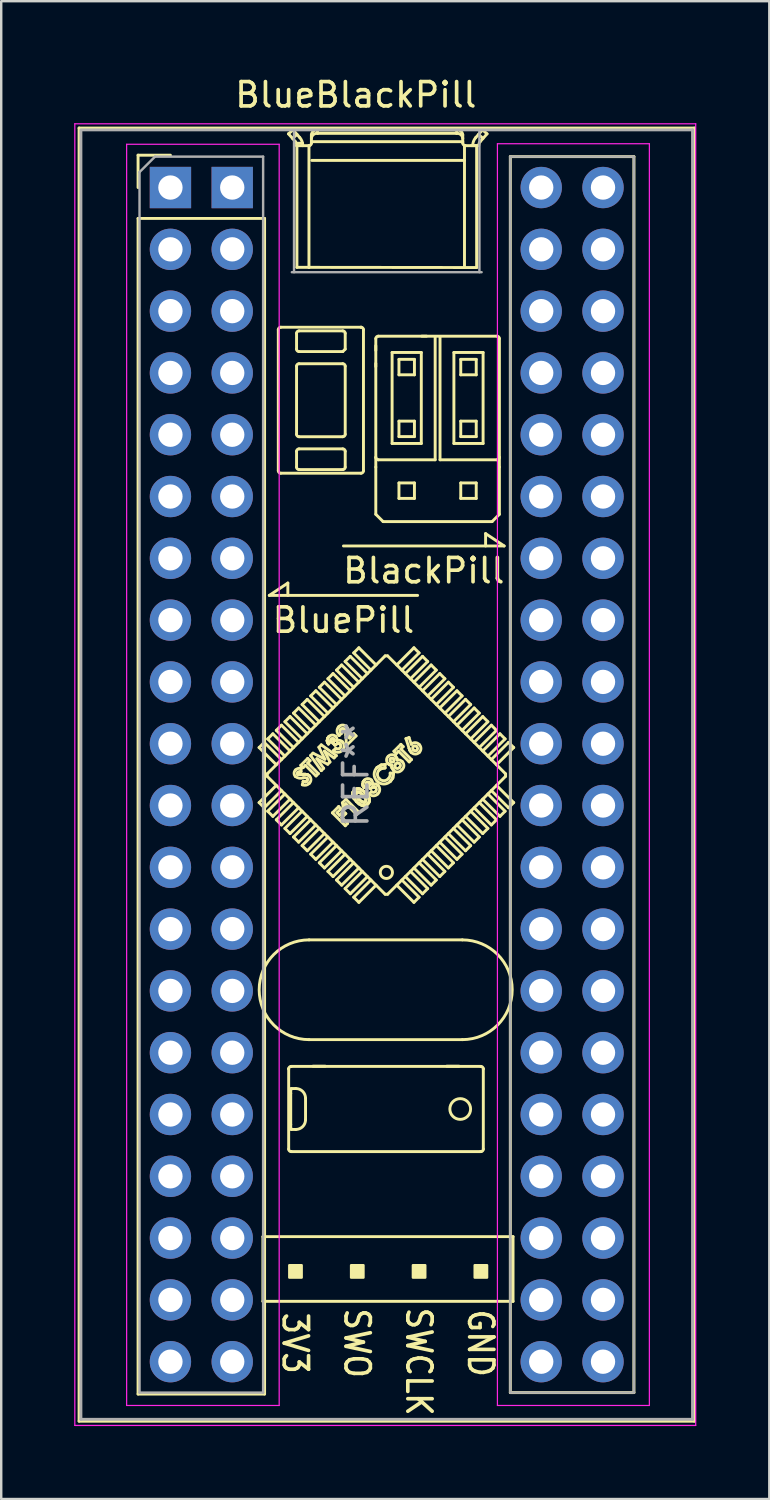
<source format=kicad_pcb>
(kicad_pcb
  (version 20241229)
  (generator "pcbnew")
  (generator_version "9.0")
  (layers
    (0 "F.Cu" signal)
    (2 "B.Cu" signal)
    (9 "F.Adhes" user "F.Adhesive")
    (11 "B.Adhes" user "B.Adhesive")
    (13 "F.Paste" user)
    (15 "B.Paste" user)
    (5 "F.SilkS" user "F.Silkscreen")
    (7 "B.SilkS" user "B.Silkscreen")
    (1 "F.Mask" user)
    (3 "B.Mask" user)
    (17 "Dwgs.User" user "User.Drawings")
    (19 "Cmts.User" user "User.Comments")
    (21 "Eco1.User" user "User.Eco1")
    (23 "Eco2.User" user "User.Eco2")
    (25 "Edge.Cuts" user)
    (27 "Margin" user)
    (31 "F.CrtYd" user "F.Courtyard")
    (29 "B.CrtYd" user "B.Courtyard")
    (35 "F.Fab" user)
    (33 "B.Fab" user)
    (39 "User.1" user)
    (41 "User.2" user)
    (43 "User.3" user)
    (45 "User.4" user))
  (footprint "BlueBlackPill"
    (layer "F.Cu")
    (at 3.955 4.658)
    (property "Reference" "BlueBlackPill" (at 7.62 -3.81 0) (layer "F.SilkS") (effects (font (size 1 1) (thickness 0.15))))
    (attr through_hole)
    (fp_line (start -3.755 -2.445) (end 21.535 -2.445) (stroke (width 0.12) (type solid)) (layer "F.SilkS"))
    (fp_line (start -3.755 50.705) (end -3.755 -2.445) (stroke (width 0.12) (type solid)) (layer "F.SilkS"))
    (fp_line (start -1.33 -1.33) (end 0 -1.33) (stroke (width 0.12) (type solid)) (layer "F.SilkS"))
    (fp_line (start -1.33 0) (end -1.33 -1.33) (stroke (width 0.12) (type solid)) (layer "F.SilkS"))
    (fp_line (start -1.33 1.27) (end 3.87 1.27) (stroke (width 0.12) (type solid)) (layer "F.SilkS"))
    (fp_line (start -1.33 49.59) (end -1.33 1.27) (stroke (width 0.12) (type solid)) (layer "F.SilkS"))
    (fp_line (start 3.644 23.017) (end 4.351 23.724) (stroke (width 0.12) (type solid)) (layer "F.SilkS"))
    (fp_line (start 3.644 25.28) (end 4.351 24.573) (stroke (width 0.12) (type solid)) (layer "F.SilkS"))
    (fp_line (start 3.802 43.12) (end 3.802 45.78) (stroke (width 0.12) (type solid)) (layer "F.SilkS"))
    (fp_line (start 3.802 45.78) (end 14.082 45.78) (stroke (width 0.12) (type solid)) (layer "F.SilkS"))
    (fp_line (start 3.856 22.805) (end 3.644 23.017) (stroke (width 0.12) (type solid)) (layer "F.SilkS"))
    (fp_line (start 3.856 22.805) (end 4.563 23.512) (stroke (width 0.12) (type solid)) (layer "F.SilkS"))
    (fp_line (start 3.856 25.492) (end 3.644 25.28) (stroke (width 0.12) (type solid)) (layer "F.SilkS"))
    (fp_line (start 3.856 25.492) (end 4.563 24.785) (stroke (width 0.12) (type solid)) (layer "F.SilkS"))
    (fp_line (start 3.87 1.27) (end 3.87 49.59) (stroke (width 0.12) (type solid)) (layer "F.SilkS"))
    (fp_line (start 3.87 49.59) (end -1.33 49.59) (stroke (width 0.12) (type solid)) (layer "F.SilkS"))
    (fp_line (start 3.977 24.199) (end 3.977 24.099) (stroke (width 0.12) (type solid)) (layer "F.SilkS"))
    (fp_line (start 3.977 24.199) (end 8.826 29.048) (stroke (width 0.12) (type solid)) (layer "F.SilkS"))
    (fp_line (start 3.997 22.664) (end 4.705 23.371) (stroke (width 0.12) (type solid)) (layer "F.SilkS"))
    (fp_line (start 3.997 25.634) (end 4.705 24.926) (stroke (width 0.12) (type solid)) (layer "F.SilkS"))
    (fp_line (start 4.064 16.764) (end 4.826 16.256) (stroke (width 0.12) (type solid)) (layer "F.SilkS"))
    (fp_line (start 4.21 22.452) (end 3.997 22.664) (stroke (width 0.12) (type solid)) (layer "F.SilkS"))
    (fp_line (start 4.21 22.452) (end 4.917 23.159) (stroke (width 0.12) (type solid)) (layer "F.SilkS"))
    (fp_line (start 4.21 25.846) (end 3.997 25.634) (stroke (width 0.12) (type solid)) (layer "F.SilkS"))
    (fp_line (start 4.21 25.846) (end 4.917 25.139) (stroke (width 0.12) (type solid)) (layer "F.SilkS"))
    (fp_line (start 4.351 22.31) (end 5.058 23.017) (stroke (width 0.12) (type solid)) (layer "F.SilkS"))
    (fp_line (start 4.351 25.987) (end 5.058 25.28) (stroke (width 0.12) (type solid)) (layer "F.SilkS"))
    (fp_line (start 4.434 5.842) (end 4.434 11.642) (stroke (width 0.12) (type solid)) (layer "F.SilkS"))
    (fp_line (start 4.534 11.742) (end 7.834 11.742) (stroke (width 0.12) (type solid)) (layer "F.SilkS"))
    (fp_line (start 4.563 22.098) (end 4.351 22.31) (stroke (width 0.12) (type solid)) (layer "F.SilkS"))
    (fp_line (start 4.563 22.098) (end 5.27 22.805) (stroke (width 0.12) (type solid)) (layer "F.SilkS"))
    (fp_line (start 4.563 26.199) (end 4.351 25.987) (stroke (width 0.12) (type solid)) (layer "F.SilkS"))
    (fp_line (start 4.563 26.199) (end 5.27 25.492) (stroke (width 0.12) (type solid)) (layer "F.SilkS"))
    (fp_line (start 4.705 21.957) (end 5.412 22.664) (stroke (width 0.12) (type solid)) (layer "F.SilkS"))
    (fp_line (start 4.705 26.341) (end 5.412 25.634) (stroke (width 0.12) (type solid)) (layer "F.SilkS"))
    (fp_line (start 4.826 16.256) (end 4.826 16.764) (stroke (width 0.12) (type solid)) (layer "F.SilkS"))
    (fp_line (start 4.853 -2.207) (end 5.131 -1.891) (stroke (width 0.12) (type solid)) (layer "F.SilkS"))
    (fp_line (start 4.86 36.224) (end 4.86 39.524) (stroke (width 0.12) (type solid)) (layer "F.SilkS"))
    (fp_line (start 4.86 36.223) (end 4.86 36.224) (stroke (width 0.12) (type solid)) (layer "F.SilkS"))
    (fp_line (start 4.917 21.744) (end 4.705 21.957) (stroke (width 0.12) (type solid)) (layer "F.SilkS"))
    (fp_line (start 4.917 21.744) (end 5.624 22.452) (stroke (width 0.12) (type solid)) (layer "F.SilkS"))
    (fp_line (start 4.917 26.553) (end 4.705 26.341) (stroke (width 0.12) (type solid)) (layer "F.SilkS"))
    (fp_line (start 4.917 26.553) (end 5.624 25.846) (stroke (width 0.12) (type solid)) (layer "F.SilkS"))
    (fp_line (start 4.944 38.515) (end 4.944 37.233) (stroke (width 0.12) (type solid)) (layer "F.SilkS"))
    (fp_line (start 4.959 39.624) (end 4.96 39.624) (stroke (width 0.12) (type solid)) (layer "F.SilkS"))
    (fp_line (start 4.96 36.124) (end 4.959 36.124) (stroke (width 0.12) (type solid)) (layer "F.SilkS"))
    (fp_line (start 4.96 36.124) (end 12.76 36.124) (stroke (width 0.12) (type solid)) (layer "F.SilkS"))
    (fp_line (start 4.96 39.624) (end 12.76 39.624) (stroke (width 0.12) (type solid)) (layer "F.SilkS"))
    (fp_line (start 4.966 38.715) (end 5.153 38.715) (stroke (width 0.12) (type solid)) (layer "F.SilkS"))
    (fp_line (start 5.018 -2.02) (end 5.203 -2.182) (stroke (width 0.12) (type solid)) (layer "F.SilkS"))
    (fp_line (start 5.037 -2.37) (end 4.853 -2.207) (stroke (width 0.12) (type solid)) (layer "F.SilkS"))
    (fp_line (start 5.058 21.603) (end 5.765 22.31) (stroke (width 0.12) (type solid)) (layer "F.SilkS"))
    (fp_line (start 5.058 26.694) (end 5.765 25.987) (stroke (width 0.12) (type solid)) (layer "F.SilkS"))
    (fp_line (start 5.153 37.033) (end 4.966 37.033) (stroke (width 0.12) (type solid)) (layer "F.SilkS"))
    (fp_line (start 5.184 6.642) (end 5.184 5.992) (stroke (width 0.12) (type solid)) (layer "F.SilkS"))
    (fp_line (start 5.184 10.142) (end 5.184 7.342) (stroke (width 0.12) (type solid)) (layer "F.SilkS"))
    (fp_line (start 5.184 11.492) (end 5.184 10.842) (stroke (width 0.12) (type solid)) (layer "F.SilkS"))
    (fp_line (start 5.194 -1.728) (end 5.199 -1.72) (stroke (width 0.12) (type solid)) (layer "F.SilkS"))
    (fp_line (start 5.194 -1.726) (end 5.194 -1.728) (stroke (width 0.12) (type solid)) (layer "F.SilkS"))
    (fp_line (start 5.199 -1.726) (end 5.199 3.28) (stroke (width 0.12) (type solid)) (layer "F.SilkS"))
    (fp_line (start 5.199 -1.72) (end 5.2 -1.72) (stroke (width 0.12) (type solid)) (layer "F.SilkS"))
    (fp_line (start 5.204 -1.72) (end 5.694 -1.72) (stroke (width 0.12) (type solid)) (layer "F.SilkS"))
    (fp_line (start 5.23 24.11) (end 5.248 24.122) (stroke (width 0.12) (type solid)) (layer "F.SilkS"))
    (fp_line (start 5.23 24.11) (end 5.248 24.122) (stroke (width 0.12) (type solid)) (layer "F.SilkS"))
    (fp_line (start 5.248 24.122) (end 5.264 24.127) (stroke (width 0.12) (type solid)) (layer "F.SilkS"))
    (fp_line (start 5.248 24.122) (end 5.264 24.127) (stroke (width 0.12) (type solid)) (layer "F.SilkS"))
    (fp_line (start 5.264 24.127) (end 5.343 24.127) (stroke (width 0.12) (type solid)) (layer "F.SilkS"))
    (fp_line (start 5.264 24.127) (end 5.343 24.127) (stroke (width 0.12) (type solid)) (layer "F.SilkS"))
    (fp_line (start 5.27 21.391) (end 5.058 21.603) (stroke (width 0.12) (type solid)) (layer "F.SilkS"))
    (fp_line (start 5.27 21.391) (end 5.977 22.098) (stroke (width 0.12) (type solid)) (layer "F.SilkS"))
    (fp_line (start 5.27 26.906) (end 5.058 26.694) (stroke (width 0.12) (type solid)) (layer "F.SilkS"))
    (fp_line (start 5.27 26.906) (end 5.977 26.199) (stroke (width 0.12) (type solid)) (layer "F.SilkS"))
    (fp_line (start 5.284 5.892) (end 7.084 5.892) (stroke (width 0.12) (type solid)) (layer "F.SilkS"))
    (fp_line (start 5.284 7.242) (end 7.084 7.242) (stroke (width 0.12) (type solid)) (layer "F.SilkS"))
    (fp_line (start 5.284 10.742) (end 7.084 10.742) (stroke (width 0.12) (type solid)) (layer "F.SilkS"))
    (fp_line (start 5.315 -2.055) (end 5.037 -2.37) (stroke (width 0.12) (type solid)) (layer "F.SilkS"))
    (fp_line (start 5.343 24.127) (end 5.405 24.123) (stroke (width 0.12) (type solid)) (layer "F.SilkS"))
    (fp_line (start 5.343 24.127) (end 5.405 24.123) (stroke (width 0.12) (type solid)) (layer "F.SilkS"))
    (fp_line (start 5.358 23.749) (end 5.644 23.463) (stroke (width 0.12) (type solid)) (layer "F.SilkS"))
    (fp_line (start 5.375 23.874) (end 5.369 24.011) (stroke (width 0.12) (type solid)) (layer "F.SilkS"))
    (fp_line (start 5.405 24.123) (end 5.477 24.118) (stroke (width 0.12) (type solid)) (layer "F.SilkS"))
    (fp_line (start 5.405 24.123) (end 5.477 24.118) (stroke (width 0.12) (type solid)) (layer "F.SilkS"))
    (fp_line (start 5.412 21.249) (end 6.119 21.957) (stroke (width 0.12) (type solid)) (layer "F.SilkS"))
    (fp_line (start 5.412 27.048) (end 6.119 26.341) (stroke (width 0.12) (type solid)) (layer "F.SilkS"))
    (fp_line (start 5.422 24.547) (end 5.456 24.413) (stroke (width 0.12) (type solid)) (layer "F.SilkS"))
    (fp_line (start 5.431 -1.82) (end 5.175 -1.82) (stroke (width 0.12) (type solid)) (layer "F.SilkS"))
    (fp_line (start 5.44 -1.72) (end 5.44 -1.724) (stroke (width 0.12) (type solid)) (layer "F.SilkS"))
    (fp_line (start 5.453 23.844) (end 5.358 23.749) (stroke (width 0.12) (type solid)) (layer "F.SilkS"))
    (fp_line (start 5.456 24.413) (end 5.546 24.424) (stroke (width 0.12) (type solid)) (layer "F.SilkS"))
    (fp_line (start 5.456 24.413) (end 5.546 24.424) (stroke (width 0.12) (type solid)) (layer "F.SilkS"))
    (fp_line (start 5.477 24.118) (end 5.534 24.116) (stroke (width 0.12) (type solid)) (layer "F.SilkS"))
    (fp_line (start 5.477 24.118) (end 5.534 24.116) (stroke (width 0.12) (type solid)) (layer "F.SilkS"))
    (fp_line (start 5.534 24.116) (end 5.64 24.135) (stroke (width 0.12) (type solid)) (layer "F.SilkS"))
    (fp_line (start 5.534 24.116) (end 5.64 24.135) (stroke (width 0.12) (type solid)) (layer "F.SilkS"))
    (fp_line (start 5.546 24.424) (end 5.581 24.415) (stroke (width 0.12) (type solid)) (layer "F.SilkS"))
    (fp_line (start 5.546 24.424) (end 5.581 24.415) (stroke (width 0.12) (type solid)) (layer "F.SilkS"))
    (fp_line (start 5.549 23.749) (end 5.453 23.844) (stroke (width 0.12) (type solid)) (layer "F.SilkS"))
    (fp_line (start 5.553 37.433) (end 5.553 38.315) (stroke (width 0.12) (type solid)) (layer "F.SilkS"))
    (fp_line (start 5.581 24.415) (end 5.611 24.394) (stroke (width 0.12) (type solid)) (layer "F.SilkS"))
    (fp_line (start 5.581 24.415) (end 5.611 24.394) (stroke (width 0.12) (type solid)) (layer "F.SilkS"))
    (fp_line (start 5.624 21.037) (end 5.412 21.249) (stroke (width 0.12) (type solid)) (layer "F.SilkS"))
    (fp_line (start 5.624 21.037) (end 6.331 21.744) (stroke (width 0.12) (type solid)) (layer "F.SilkS"))
    (fp_line (start 5.624 27.26) (end 5.412 27.048) (stroke (width 0.12) (type solid)) (layer "F.SilkS"))
    (fp_line (start 5.624 27.26) (end 6.331 26.553) (stroke (width 0.12) (type solid)) (layer "F.SilkS"))
    (fp_line (start 5.64 24.135) (end 5.71 24.183) (stroke (width 0.12) (type solid)) (layer "F.SilkS"))
    (fp_line (start 5.64 24.135) (end 5.71 24.183) (stroke (width 0.12) (type solid)) (layer "F.SilkS"))
    (fp_line (start 5.644 23.463) (end 5.739 23.559) (stroke (width 0.12) (type solid)) (layer "F.SilkS"))
    (fp_line (start 5.644 23.654) (end 6.079 24.089) (stroke (width 0.12) (type solid)) (layer "F.SilkS"))
    (fp_line (start 5.694 -1.72) (end 5.694 3.29) (stroke (width 0.12) (type solid)) (layer "F.SilkS"))
    (fp_line (start 5.694 -1.72) (end 5.697 -1.72) (stroke (width 0.12) (type solid)) (layer "F.SilkS"))
    (fp_line (start 5.698 30.923) (end 11.998 30.923) (stroke (width 0.12) (type solid)) (layer "F.SilkS"))
    (fp_line (start 5.739 23.559) (end 5.644 23.654) (stroke (width 0.12) (type solid)) (layer "F.SilkS"))
    (fp_line (start 5.761 23.347) (end 5.859 23.248) (stroke (width 0.12) (type solid)) (layer "F.SilkS"))
    (fp_line (start 5.765 20.896) (end 6.472 21.603) (stroke (width 0.12) (type solid)) (layer "F.SilkS"))
    (fp_line (start 5.765 27.401) (end 6.472 26.694) (stroke (width 0.12) (type solid)) (layer "F.SilkS"))
    (fp_line (start 5.794 -2.165) (end 5.794 -1.82) (stroke (width 0.12) (type solid)) (layer "F.SilkS"))
    (fp_line (start 5.815 -1.885) (end 12.015 -1.885) (stroke (width 0.12) (type solid)) (layer "F.SilkS"))
    (fp_line (start 5.859 23.248) (end 6.35 23.497) (stroke (width 0.12) (type solid)) (layer "F.SilkS"))
    (fp_line (start 5.977 20.684) (end 5.765 20.896) (stroke (width 0.12) (type solid)) (layer "F.SilkS"))
    (fp_line (start 5.977 20.684) (end 6.684 21.391) (stroke (width 0.12) (type solid)) (layer "F.SilkS"))
    (fp_line (start 5.977 27.613) (end 5.765 27.401) (stroke (width 0.12) (type solid)) (layer "F.SilkS"))
    (fp_line (start 5.977 27.613) (end 6.684 26.906) (stroke (width 0.12) (type solid)) (layer "F.SilkS"))
    (fp_line (start 5.984 24.184) (end 5.549 23.749) (stroke (width 0.12) (type solid)) (layer "F.SilkS"))
    (fp_line (start 6.019 23.479) (end 6.298 23.87) (stroke (width 0.12) (type solid)) (layer "F.SilkS"))
    (fp_line (start 6.044 -2.227) (end 6.044 -2.37) (stroke (width 0.12) (type solid)) (layer "F.SilkS"))
    (fp_line (start 6.079 24.089) (end 5.984 24.184) (stroke (width 0.12) (type solid)) (layer "F.SilkS"))
    (fp_line (start 6.102 23.005) (end 6.2 22.907) (stroke (width 0.12) (type solid)) (layer "F.SilkS"))
    (fp_line (start 6.119 20.542) (end 6.826 21.249) (stroke (width 0.12) (type solid)) (layer "F.SilkS"))
    (fp_line (start 6.119 27.755) (end 6.826 27.048) (stroke (width 0.12) (type solid)) (layer "F.SilkS"))
    (fp_line (start 6.2 22.907) (end 6.82 23.348) (stroke (width 0.12) (type solid)) (layer "F.SilkS"))
    (fp_line (start 6.201 23.967) (end 5.761 23.347) (stroke (width 0.12) (type solid)) (layer "F.SilkS"))
    (fp_line (start 6.298 23.87) (end 6.201 23.967) (stroke (width 0.12) (type solid)) (layer "F.SilkS"))
    (fp_line (start 6.331 20.33) (end 6.119 20.542) (stroke (width 0.12) (type solid)) (layer "F.SilkS"))
    (fp_line (start 6.331 20.33) (end 7.038 21.037) (stroke (width 0.12) (type solid)) (layer "F.SilkS"))
    (fp_line (start 6.331 27.967) (end 6.119 27.755) (stroke (width 0.12) (type solid)) (layer "F.SilkS"))
    (fp_line (start 6.331 27.967) (end 7.038 27.26) (stroke (width 0.12) (type solid)) (layer "F.SilkS"))
    (fp_line (start 6.332 23.166) (end 6.557 23.611) (stroke (width 0.12) (type solid)) (layer "F.SilkS"))
    (fp_line (start 6.35 23.497) (end 6.102 23.005) (stroke (width 0.12) (type solid)) (layer "F.SilkS"))
    (fp_line (start 6.36 36.114) (end 5.86 36.114) (stroke (width 0.12) (type solid)) (layer "F.SilkS"))
    (fp_line (start 6.441 22.738) (end 6.461 22.637) (stroke (width 0.12) (type solid)) (layer "F.SilkS"))
    (fp_line (start 6.441 22.738) (end 6.461 22.637) (stroke (width 0.12) (type solid)) (layer "F.SilkS"))
    (fp_line (start 6.453 22.801) (end 6.441 22.738) (stroke (width 0.12) (type solid)) (layer "F.SilkS"))
    (fp_line (start 6.453 22.801) (end 6.441 22.738) (stroke (width 0.12) (type solid)) (layer "F.SilkS"))
    (fp_line (start 6.461 22.637) (end 6.509 22.571) (stroke (width 0.12) (type solid)) (layer "F.SilkS"))
    (fp_line (start 6.461 22.637) (end 6.509 22.571) (stroke (width 0.12) (type solid)) (layer "F.SilkS"))
    (fp_line (start 6.464 23.704) (end 6.019 23.479) (stroke (width 0.12) (type solid)) (layer "F.SilkS"))
    (fp_line (start 6.472 20.189) (end 7.179 20.896) (stroke (width 0.12) (type solid)) (layer "F.SilkS"))
    (fp_line (start 6.472 28.108) (end 7.179 27.401) (stroke (width 0.12) (type solid)) (layer "F.SilkS"))
    (fp_line (start 6.494 22.872) (end 6.453 22.801) (stroke (width 0.12) (type solid)) (layer "F.SilkS"))
    (fp_line (start 6.494 22.872) (end 6.453 22.801) (stroke (width 0.12) (type solid)) (layer "F.SilkS"))
    (fp_line (start 6.557 23.611) (end 6.464 23.704) (stroke (width 0.12) (type solid)) (layer "F.SilkS"))
    (fp_line (start 6.589 22.777) (end 6.494 22.872) (stroke (width 0.12) (type solid)) (layer "F.SilkS"))
    (fp_line (start 6.657 25.7) (end 6.915 25.442) (stroke (width 0.12) (type solid)) (layer "F.SilkS"))
    (fp_line (start 6.671 22.831) (end 6.722 22.752) (stroke (width 0.12) (type solid)) (layer "F.SilkS"))
    (fp_line (start 6.671 22.831) (end 6.722 22.752) (stroke (width 0.12) (type solid)) (layer "F.SilkS"))
    (fp_line (start 6.684 19.977) (end 6.472 20.189) (stroke (width 0.12) (type solid)) (layer "F.SilkS"))
    (fp_line (start 6.684 19.977) (end 7.392 20.684) (stroke (width 0.12) (type solid)) (layer "F.SilkS"))
    (fp_line (start 6.684 28.321) (end 6.472 28.108) (stroke (width 0.12) (type solid)) (layer "F.SilkS"))
    (fp_line (start 6.684 28.321) (end 7.392 27.613) (stroke (width 0.12) (type solid)) (layer "F.SilkS"))
    (fp_line (start 6.705 23.137) (end 6.8 23.042) (stroke (width 0.12) (type solid)) (layer "F.SilkS"))
    (fp_line (start 6.72 22.683) (end 6.707 22.664) (stroke (width 0.12) (type solid)) (layer "F.SilkS"))
    (fp_line (start 6.72 22.683) (end 6.707 22.664) (stroke (width 0.12) (type solid)) (layer "F.SilkS"))
    (fp_line (start 6.722 22.752) (end 6.727 22.706) (stroke (width 0.12) (type solid)) (layer "F.SilkS"))
    (fp_line (start 6.722 22.752) (end 6.727 22.706) (stroke (width 0.12) (type solid)) (layer "F.SilkS"))
    (fp_line (start 6.724 23.444) (end 6.332 23.166) (stroke (width 0.12) (type solid)) (layer "F.SilkS"))
    (fp_line (start 6.727 22.706) (end 6.72 22.683) (stroke (width 0.12) (type solid)) (layer "F.SilkS"))
    (fp_line (start 6.727 22.706) (end 6.72 22.683) (stroke (width 0.12) (type solid)) (layer "F.SilkS"))
    (fp_line (start 6.759 22.92) (end 6.671 22.831) (stroke (width 0.12) (type solid)) (layer "F.SilkS"))
    (fp_line (start 6.82 23.348) (end 6.724 23.444) (stroke (width 0.12) (type solid)) (layer "F.SilkS"))
    (fp_line (start 6.826 19.835) (end 7.533 20.542) (stroke (width 0.12) (type solid)) (layer "F.SilkS"))
    (fp_line (start 6.826 28.462) (end 7.533 27.755) (stroke (width 0.12) (type solid)) (layer "F.SilkS"))
    (fp_line (start 6.847 25.7) (end 6.949 25.802) (stroke (width 0.12) (type solid)) (layer "F.SilkS"))
    (fp_line (start 6.86 22.854) (end 6.759 22.92) (stroke (width 0.12) (type solid)) (layer "F.SilkS"))
    (fp_line (start 6.86 22.854) (end 6.759 22.92) (stroke (width 0.12) (type solid)) (layer "F.SilkS"))
    (fp_line (start 6.915 25.442) (end 7.01 25.537) (stroke (width 0.12) (type solid)) (layer "F.SilkS"))
    (fp_line (start 6.92 22.849) (end 6.86 22.854) (stroke (width 0.12) (type solid)) (layer "F.SilkS"))
    (fp_line (start 6.92 22.849) (end 6.86 22.854) (stroke (width 0.12) (type solid)) (layer "F.SilkS"))
    (fp_line (start 6.949 25.802) (end 7.112 25.639) (stroke (width 0.12) (type solid)) (layer "F.SilkS"))
    (fp_line (start 6.949 22.858) (end 6.92 22.849) (stroke (width 0.12) (type solid)) (layer "F.SilkS"))
    (fp_line (start 6.949 22.858) (end 6.92 22.849) (stroke (width 0.12) (type solid)) (layer "F.SilkS"))
    (fp_line (start 6.974 22.876) (end 6.949 22.858) (stroke (width 0.12) (type solid)) (layer "F.SilkS"))
    (fp_line (start 6.974 22.876) (end 6.949 22.858) (stroke (width 0.12) (type solid)) (layer "F.SilkS"))
    (fp_line (start 6.984 22.307) (end 6.988 22.36) (stroke (width 0.12) (type solid)) (layer "F.SilkS"))
    (fp_line (start 6.984 22.307) (end 6.988 22.36) (stroke (width 0.12) (type solid)) (layer "F.SilkS"))
    (fp_line (start 6.988 22.36) (end 7.031 22.43) (stroke (width 0.12) (type solid)) (layer "F.SilkS"))
    (fp_line (start 6.988 22.36) (end 7.031 22.43) (stroke (width 0.12) (type solid)) (layer "F.SilkS"))
    (fp_line (start 7.009 22.261) (end 6.984 22.307) (stroke (width 0.12) (type solid)) (layer "F.SilkS"))
    (fp_line (start 7.009 22.261) (end 6.984 22.307) (stroke (width 0.12) (type solid)) (layer "F.SilkS"))
    (fp_line (start 7.01 25.537) (end 6.847 25.7) (stroke (width 0.12) (type solid)) (layer "F.SilkS"))
    (fp_line (start 7.031 22.43) (end 6.936 22.525) (stroke (width 0.12) (type solid)) (layer "F.SilkS"))
    (fp_line (start 7.038 19.623) (end 6.826 19.835) (stroke (width 0.12) (type solid)) (layer "F.SilkS"))
    (fp_line (start 7.038 19.623) (end 7.745 20.33) (stroke (width 0.12) (type solid)) (layer "F.SilkS"))
    (fp_line (start 7.038 28.674) (end 6.826 28.462) (stroke (width 0.12) (type solid)) (layer "F.SilkS"))
    (fp_line (start 7.038 28.674) (end 7.745 27.967) (stroke (width 0.12) (type solid)) (layer "F.SilkS"))
    (fp_line (start 7.044 25.898) (end 7.282 26.136) (stroke (width 0.12) (type solid)) (layer "F.SilkS"))
    (fp_line (start 7.067 25.29) (end 7.214 25.143) (stroke (width 0.12) (type solid)) (layer "F.SilkS"))
    (fp_line (start 7.084 6.742) (end 5.284 6.742) (stroke (width 0.12) (type solid)) (layer "F.SilkS"))
    (fp_line (start 7.084 10.242) (end 5.284 10.242) (stroke (width 0.12) (type solid)) (layer "F.SilkS"))
    (fp_line (start 7.084 11.592) (end 5.284 11.592) (stroke (width 0.12) (type solid)) (layer "F.SilkS"))
    (fp_line (start 7.099 25.435) (end 7.067 25.29) (stroke (width 0.12) (type solid)) (layer "F.SilkS"))
    (fp_line (start 7.112 14.732) (end 13.716 14.732) (stroke (width 0.12) (type solid)) (layer "F.SilkS"))
    (fp_line (start 7.112 25.639) (end 7.208 25.734) (stroke (width 0.12) (type solid)) (layer "F.SilkS"))
    (fp_line (start 7.179 19.482) (end 7.887 20.189) (stroke (width 0.12) (type solid)) (layer "F.SilkS"))
    (fp_line (start 7.179 28.815) (end 7.887 28.108) (stroke (width 0.12) (type solid)) (layer "F.SilkS"))
    (fp_line (start 7.184 5.992) (end 7.184 6.642) (stroke (width 0.12) (type solid)) (layer "F.SilkS"))
    (fp_line (start 7.184 6.642) (end 7.084 6.742) (stroke (width 0.12) (type solid)) (layer "F.SilkS"))
    (fp_line (start 7.184 7.342) (end 7.184 10.142) (stroke (width 0.12) (type solid)) (layer "F.SilkS"))
    (fp_line (start 7.184 10.842) (end 7.184 11.492) (stroke (width 0.12) (type solid)) (layer "F.SilkS"))
    (fp_line (start 7.187 26.231) (end 6.657 25.7) (stroke (width 0.12) (type solid)) (layer "F.SilkS"))
    (fp_line (start 7.202 22.368) (end 7.149 22.263) (stroke (width 0.12) (type solid)) (layer "F.SilkS"))
    (fp_line (start 7.202 22.368) (end 7.149 22.263) (stroke (width 0.12) (type solid)) (layer "F.SilkS"))
    (fp_line (start 7.208 25.326) (end 7.099 25.435) (stroke (width 0.12) (type solid)) (layer "F.SilkS"))
    (fp_line (start 7.208 25.734) (end 7.044 25.898) (stroke (width 0.12) (type solid)) (layer "F.SilkS"))
    (fp_line (start 7.214 25.143) (end 7.745 25.673) (stroke (width 0.12) (type solid)) (layer "F.SilkS"))
    (fp_line (start 7.217 22.52) (end 7.202 22.368) (stroke (width 0.12) (type solid)) (layer "F.SilkS"))
    (fp_line (start 7.217 22.52) (end 7.202 22.368) (stroke (width 0.12) (type solid)) (layer "F.SilkS"))
    (fp_line (start 7.227 22.844) (end 7.217 22.52) (stroke (width 0.12) (type solid)) (layer "F.SilkS"))
    (fp_line (start 7.276 22.892) (end 7.227 22.844) (stroke (width 0.12) (type solid)) (layer "F.SilkS"))
    (fp_line (start 7.282 26.136) (end 7.187 26.231) (stroke (width 0.12) (type solid)) (layer "F.SilkS"))
    (fp_line (start 7.354 22.51) (end 7.362 22.629) (stroke (width 0.12) (type solid)) (layer "F.SilkS"))
    (fp_line (start 7.362 22.629) (end 7.541 22.45) (stroke (width 0.12) (type solid)) (layer "F.SilkS"))
    (fp_line (start 7.392 19.27) (end 7.179 19.482) (stroke (width 0.12) (type solid)) (layer "F.SilkS"))
    (fp_line (start 7.392 19.27) (end 8.099 19.977) (stroke (width 0.12) (type solid)) (layer "F.SilkS"))
    (fp_line (start 7.392 29.028) (end 7.179 28.815) (stroke (width 0.12) (type solid)) (layer "F.SilkS"))
    (fp_line (start 7.392 29.028) (end 8.099 28.321) (stroke (width 0.12) (type solid)) (layer "F.SilkS"))
    (fp_line (start 7.487 24.988) (end 7.495 24.863) (stroke (width 0.12) (type solid)) (layer "F.SilkS"))
    (fp_line (start 7.487 24.988) (end 7.495 24.863) (stroke (width 0.12) (type solid)) (layer "F.SilkS"))
    (fp_line (start 7.495 24.863) (end 7.549 24.781) (stroke (width 0.12) (type solid)) (layer "F.SilkS"))
    (fp_line (start 7.495 24.863) (end 7.549 24.781) (stroke (width 0.12) (type solid)) (layer "F.SilkS"))
    (fp_line (start 7.533 19.128) (end 8.24 19.835) (stroke (width 0.12) (type solid)) (layer "F.SilkS"))
    (fp_line (start 7.533 29.169) (end 8.24 28.462) (stroke (width 0.12) (type solid)) (layer "F.SilkS"))
    (fp_line (start 7.541 22.45) (end 7.629 22.539) (stroke (width 0.12) (type solid)) (layer "F.SilkS"))
    (fp_line (start 7.543 25.111) (end 7.487 24.988) (stroke (width 0.12) (type solid)) (layer "F.SilkS"))
    (fp_line (start 7.543 25.111) (end 7.487 24.988) (stroke (width 0.12) (type solid)) (layer "F.SilkS"))
    (fp_line (start 7.549 24.781) (end 7.602 24.74) (stroke (width 0.12) (type solid)) (layer "F.SilkS"))
    (fp_line (start 7.549 24.781) (end 7.602 24.74) (stroke (width 0.12) (type solid)) (layer "F.SilkS"))
    (fp_line (start 7.602 24.74) (end 7.663 24.715) (stroke (width 0.12) (type solid)) (layer "F.SilkS"))
    (fp_line (start 7.602 24.74) (end 7.663 24.715) (stroke (width 0.12) (type solid)) (layer "F.SilkS"))
    (fp_line (start 7.618 24.948) (end 7.646 25.024) (stroke (width 0.12) (type solid)) (layer "F.SilkS"))
    (fp_line (start 7.618 24.948) (end 7.646 25.024) (stroke (width 0.12) (type solid)) (layer "F.SilkS"))
    (fp_line (start 7.625 24.908) (end 7.618 24.948) (stroke (width 0.12) (type solid)) (layer "F.SilkS"))
    (fp_line (start 7.625 24.908) (end 7.618 24.948) (stroke (width 0.12) (type solid)) (layer "F.SilkS"))
    (fp_line (start 7.629 22.539) (end 7.276 22.892) (stroke (width 0.12) (type solid)) (layer "F.SilkS"))
    (fp_line (start 7.646 25.024) (end 7.751 25.149) (stroke (width 0.12) (type solid)) (layer "F.SilkS"))
    (fp_line (start 7.646 25.024) (end 7.751 25.149) (stroke (width 0.12) (type solid)) (layer "F.SilkS"))
    (fp_line (start 7.647 24.874) (end 7.625 24.908) (stroke (width 0.12) (type solid)) (layer "F.SilkS"))
    (fp_line (start 7.647 24.874) (end 7.625 24.908) (stroke (width 0.12) (type solid)) (layer "F.SilkS"))
    (fp_line (start 7.65 25.768) (end 7.208 25.326) (stroke (width 0.12) (type solid)) (layer "F.SilkS"))
    (fp_line (start 7.655 25.243) (end 7.543 25.111) (stroke (width 0.12) (type solid)) (layer "F.SilkS"))
    (fp_line (start 7.655 25.243) (end 7.543 25.111) (stroke (width 0.12) (type solid)) (layer "F.SilkS"))
    (fp_line (start 7.663 24.715) (end 7.73 24.71) (stroke (width 0.12) (type solid)) (layer "F.SilkS"))
    (fp_line (start 7.663 24.715) (end 7.73 24.71) (stroke (width 0.12) (type solid)) (layer "F.SilkS"))
    (fp_line (start 7.68 24.852) (end 7.647 24.874) (stroke (width 0.12) (type solid)) (layer "F.SilkS"))
    (fp_line (start 7.68 24.852) (end 7.647 24.874) (stroke (width 0.12) (type solid)) (layer "F.SilkS"))
    (fp_line (start 7.719 24.848) (end 7.68 24.852) (stroke (width 0.12) (type solid)) (layer "F.SilkS"))
    (fp_line (start 7.719 24.848) (end 7.68 24.852) (stroke (width 0.12) (type solid)) (layer "F.SilkS"))
    (fp_line (start 7.73 24.71) (end 7.795 24.725) (stroke (width 0.12) (type solid)) (layer "F.SilkS"))
    (fp_line (start 7.73 24.71) (end 7.795 24.725) (stroke (width 0.12) (type solid)) (layer "F.SilkS"))
    (fp_line (start 7.745 25.673) (end 7.65 25.768) (stroke (width 0.12) (type solid)) (layer "F.SilkS"))
    (fp_line (start 7.745 18.916) (end 7.533 19.128) (stroke (width 0.12) (type solid)) (layer "F.SilkS"))
    (fp_line (start 7.745 18.916) (end 8.452 19.623) (stroke (width 0.12) (type solid)) (layer "F.SilkS"))
    (fp_line (start 7.745 29.381) (end 7.533 29.169) (stroke (width 0.12) (type solid)) (layer "F.SilkS"))
    (fp_line (start 7.745 29.381) (end 8.452 28.674) (stroke (width 0.12) (type solid)) (layer "F.SilkS"))
    (fp_line (start 7.751 25.149) (end 7.871 25.246) (stroke (width 0.12) (type solid)) (layer "F.SilkS"))
    (fp_line (start 7.751 25.149) (end 7.871 25.246) (stroke (width 0.12) (type solid)) (layer "F.SilkS"))
    (fp_line (start 7.753 25.331) (end 7.655 25.243) (stroke (width 0.12) (type solid)) (layer "F.SilkS"))
    (fp_line (start 7.753 25.331) (end 7.655 25.243) (stroke (width 0.12) (type solid)) (layer "F.SilkS"))
    (fp_line (start 7.793 24.873) (end 7.719 24.848) (stroke (width 0.12) (type solid)) (layer "F.SilkS"))
    (fp_line (start 7.793 24.873) (end 7.719 24.848) (stroke (width 0.12) (type solid)) (layer "F.SilkS"))
    (fp_line (start 7.795 24.725) (end 7.91 24.789) (stroke (width 0.12) (type solid)) (layer "F.SilkS"))
    (fp_line (start 7.795 24.725) (end 7.91 24.789) (stroke (width 0.12) (type solid)) (layer "F.SilkS"))
    (fp_line (start 7.834 5.742) (end 4.534 5.742) (stroke (width 0.12) (type solid)) (layer "F.SilkS"))
    (fp_line (start 7.838 5.742) (end 7.834 5.742) (stroke (width 0.12) (type solid)) (layer "F.SilkS"))
    (fp_line (start 7.868 25.394) (end 7.753 25.331) (stroke (width 0.12) (type solid)) (layer "F.SilkS"))
    (fp_line (start 7.868 25.394) (end 7.753 25.331) (stroke (width 0.12) (type solid)) (layer "F.SilkS"))
    (fp_line (start 7.871 25.246) (end 7.944 25.268) (stroke (width 0.12) (type solid)) (layer "F.SilkS"))
    (fp_line (start 7.871 25.246) (end 7.944 25.268) (stroke (width 0.12) (type solid)) (layer "F.SilkS"))
    (fp_line (start 7.903 24.526) (end 7.923 24.425) (stroke (width 0.12) (type solid)) (layer "F.SilkS"))
    (fp_line (start 7.903 24.526) (end 7.923 24.425) (stroke (width 0.12) (type solid)) (layer "F.SilkS"))
    (fp_line (start 7.91 24.789) (end 8.01 24.878) (stroke (width 0.12) (type solid)) (layer "F.SilkS"))
    (fp_line (start 7.91 24.789) (end 8.01 24.878) (stroke (width 0.12) (type solid)) (layer "F.SilkS"))
    (fp_line (start 7.915 24.973) (end 7.793 24.873) (stroke (width 0.12) (type solid)) (layer "F.SilkS"))
    (fp_line (start 7.915 24.973) (end 7.793 24.873) (stroke (width 0.12) (type solid)) (layer "F.SilkS"))
    (fp_line (start 7.915 24.589) (end 7.903 24.526) (stroke (width 0.12) (type solid)) (layer "F.SilkS"))
    (fp_line (start 7.915 24.589) (end 7.903 24.526) (stroke (width 0.12) (type solid)) (layer "F.SilkS"))
    (fp_line (start 7.923 24.425) (end 7.971 24.359) (stroke (width 0.12) (type solid)) (layer "F.SilkS"))
    (fp_line (start 7.923 24.425) (end 7.971 24.359) (stroke (width 0.12) (type solid)) (layer "F.SilkS"))
    (fp_line (start 7.933 25.407) (end 7.868 25.394) (stroke (width 0.12) (type solid)) (layer "F.SilkS"))
    (fp_line (start 7.933 25.407) (end 7.868 25.394) (stroke (width 0.12) (type solid)) (layer "F.SilkS"))
    (fp_line (start 7.934 11.642) (end 7.934 5.842) (stroke (width 0.12) (type solid)) (layer "F.SilkS"))
    (fp_line (start 7.944 25.268) (end 7.982 25.262) (stroke (width 0.12) (type solid)) (layer "F.SilkS"))
    (fp_line (start 7.944 25.268) (end 7.982 25.262) (stroke (width 0.12) (type solid)) (layer "F.SilkS"))
    (fp_line (start 7.956 24.66) (end 7.915 24.589) (stroke (width 0.12) (type solid)) (layer "F.SilkS"))
    (fp_line (start 7.956 24.66) (end 7.915 24.589) (stroke (width 0.12) (type solid)) (layer "F.SilkS"))
    (fp_line (start 7.978 25.043) (end 7.915 24.973) (stroke (width 0.12) (type solid)) (layer "F.SilkS"))
    (fp_line (start 7.978 25.043) (end 7.915 24.973) (stroke (width 0.12) (type solid)) (layer "F.SilkS"))
    (fp_line (start 7.982 25.262) (end 8.014 25.241) (stroke (width 0.12) (type solid)) (layer "F.SilkS"))
    (fp_line (start 7.982 25.262) (end 8.014 25.241) (stroke (width 0.12) (type solid)) (layer "F.SilkS"))
    (fp_line (start 7.998 25.402) (end 7.933 25.407) (stroke (width 0.12) (type solid)) (layer "F.SilkS"))
    (fp_line (start 7.998 25.402) (end 7.933 25.407) (stroke (width 0.12) (type solid)) (layer "F.SilkS"))
    (fp_line (start 8.01 24.878) (end 8.098 24.977) (stroke (width 0.12) (type solid)) (layer "F.SilkS"))
    (fp_line (start 8.01 24.878) (end 8.098 24.977) (stroke (width 0.12) (type solid)) (layer "F.SilkS"))
    (fp_line (start 8.036 25.146) (end 7.978 25.043) (stroke (width 0.12) (type solid)) (layer "F.SilkS"))
    (fp_line (start 8.036 25.146) (end 7.978 25.043) (stroke (width 0.12) (type solid)) (layer "F.SilkS"))
    (fp_line (start 8.051 24.565) (end 7.956 24.66) (stroke (width 0.12) (type solid)) (layer "F.SilkS"))
    (fp_line (start 8.058 25.377) (end 7.998 25.402) (stroke (width 0.12) (type solid)) (layer "F.SilkS"))
    (fp_line (start 8.058 25.377) (end 7.998 25.402) (stroke (width 0.12) (type solid)) (layer "F.SilkS"))
    (fp_line (start 8.098 24.977) (end 8.163 25.092) (stroke (width 0.12) (type solid)) (layer "F.SilkS"))
    (fp_line (start 8.098 24.977) (end 8.163 25.092) (stroke (width 0.12) (type solid)) (layer "F.SilkS"))
    (fp_line (start 8.11 25.335) (end 8.058 25.377) (stroke (width 0.12) (type solid)) (layer "F.SilkS"))
    (fp_line (start 8.11 25.335) (end 8.058 25.377) (stroke (width 0.12) (type solid)) (layer "F.SilkS"))
    (fp_line (start 8.132 24.619) (end 8.184 24.54) (stroke (width 0.12) (type solid)) (layer "F.SilkS"))
    (fp_line (start 8.132 24.619) (end 8.184 24.54) (stroke (width 0.12) (type solid)) (layer "F.SilkS"))
    (fp_line (start 8.151 25.284) (end 8.11 25.335) (stroke (width 0.12) (type solid)) (layer "F.SilkS"))
    (fp_line (start 8.151 25.284) (end 8.11 25.335) (stroke (width 0.12) (type solid)) (layer "F.SilkS"))
    (fp_line (start 8.163 25.092) (end 8.179 25.157) (stroke (width 0.12) (type solid)) (layer "F.SilkS"))
    (fp_line (start 8.163 25.092) (end 8.179 25.157) (stroke (width 0.12) (type solid)) (layer "F.SilkS"))
    (fp_line (start 8.166 24.925) (end 8.262 24.83) (stroke (width 0.12) (type solid)) (layer "F.SilkS"))
    (fp_line (start 8.176 25.223) (end 8.151 25.284) (stroke (width 0.12) (type solid)) (layer "F.SilkS"))
    (fp_line (start 8.176 25.223) (end 8.151 25.284) (stroke (width 0.12) (type solid)) (layer "F.SilkS"))
    (fp_line (start 8.179 25.157) (end 8.176 25.223) (stroke (width 0.12) (type solid)) (layer "F.SilkS"))
    (fp_line (start 8.179 25.157) (end 8.176 25.223) (stroke (width 0.12) (type solid)) (layer "F.SilkS"))
    (fp_line (start 8.182 24.471) (end 8.169 24.452) (stroke (width 0.12) (type solid)) (layer "F.SilkS"))
    (fp_line (start 8.182 24.471) (end 8.169 24.452) (stroke (width 0.12) (type solid)) (layer "F.SilkS"))
    (fp_line (start 8.184 24.54) (end 8.189 24.494) (stroke (width 0.12) (type solid)) (layer "F.SilkS"))
    (fp_line (start 8.184 24.54) (end 8.189 24.494) (stroke (width 0.12) (type solid)) (layer "F.SilkS"))
    (fp_line (start 8.189 24.494) (end 8.182 24.471) (stroke (width 0.12) (type solid)) (layer "F.SilkS"))
    (fp_line (start 8.189 24.494) (end 8.182 24.471) (stroke (width 0.12) (type solid)) (layer "F.SilkS"))
    (fp_line (start 8.221 24.708) (end 8.132 24.619) (stroke (width 0.12) (type solid)) (layer "F.SilkS"))
    (fp_line (start 8.322 24.642) (end 8.221 24.708) (stroke (width 0.12) (type solid)) (layer "F.SilkS"))
    (fp_line (start 8.322 24.642) (end 8.221 24.708) (stroke (width 0.12) (type solid)) (layer "F.SilkS"))
    (fp_line (start 8.382 24.637) (end 8.322 24.642) (stroke (width 0.12) (type solid)) (layer "F.SilkS"))
    (fp_line (start 8.382 24.637) (end 8.322 24.642) (stroke (width 0.12) (type solid)) (layer "F.SilkS"))
    (fp_line (start 8.411 24.646) (end 8.382 24.637) (stroke (width 0.12) (type solid)) (layer "F.SilkS"))
    (fp_line (start 8.411 24.646) (end 8.382 24.637) (stroke (width 0.12) (type solid)) (layer "F.SilkS"))
    (fp_line (start 8.436 24.664) (end 8.411 24.646) (stroke (width 0.12) (type solid)) (layer "F.SilkS"))
    (fp_line (start 8.436 24.664) (end 8.411 24.646) (stroke (width 0.12) (type solid)) (layer "F.SilkS"))
    (fp_line (start 8.44 6.502) (end 8.44 6.691) (stroke (width 0.12) (type solid)) (layer "F.SilkS"))
    (fp_line (start 8.44 7.231) (end 8.44 7.265) (stroke (width 0.12) (type solid)) (layer "F.SilkS"))
    (fp_line (start 8.44 7.315) (end 8.44 7.359) (stroke (width 0.12) (type solid)) (layer "F.SilkS"))
    (fp_line (start 8.441 11.09) (end 8.441 6.21) (stroke (width 0.12) (type solid)) (layer "F.SilkS"))
    (fp_line (start 8.441 11.09) (end 8.441 11.49) (stroke (width 0.12) (type solid)) (layer "F.SilkS"))
    (fp_line (start 8.441 11.49) (end 8.441 13.43) (stroke (width 0.12) (type solid)) (layer "F.SilkS"))
    (fp_line (start 8.441 13.43) (end 8.741 13.73) (stroke (width 0.12) (type solid)) (layer "F.SilkS"))
    (fp_line (start 8.491 23.839) (end 8.664 23.736) (stroke (width 0.12) (type solid)) (layer "F.SilkS"))
    (fp_line (start 8.491 23.839) (end 8.664 23.736) (stroke (width 0.12) (type solid)) (layer "F.SilkS"))
    (fp_line (start 8.541 6.11) (end 13.421 6.11) (stroke (width 0.12) (type solid)) (layer "F.SilkS"))
    (fp_line (start 8.664 23.736) (end 8.823 23.719) (stroke (width 0.12) (type solid)) (layer "F.SilkS"))
    (fp_line (start 8.664 23.736) (end 8.823 23.719) (stroke (width 0.12) (type solid)) (layer "F.SilkS"))
    (fp_line (start 8.677 23.876) (end 8.582 23.938) (stroke (width 0.12) (type solid)) (layer "F.SilkS"))
    (fp_line (start 8.677 23.876) (end 8.582 23.938) (stroke (width 0.12) (type solid)) (layer "F.SilkS"))
    (fp_line (start 8.741 13.73) (end 13.221 13.73) (stroke (width 0.12) (type solid)) (layer "F.SilkS"))
    (fp_line (start 8.82 23.855) (end 8.677 23.876) (stroke (width 0.12) (type solid)) (layer "F.SilkS"))
    (fp_line (start 8.82 23.855) (end 8.677 23.876) (stroke (width 0.12) (type solid)) (layer "F.SilkS"))
    (fp_line (start 8.823 23.719) (end 8.82 23.855) (stroke (width 0.12) (type solid)) (layer "F.SilkS"))
    (fp_line (start 8.826 19.249) (end 3.977 24.099) (stroke (width 0.12) (type solid)) (layer "F.SilkS"))
    (fp_line (start 8.826 29.048) (end 8.926 29.048) (stroke (width 0.12) (type solid)) (layer "F.SilkS"))
    (fp_line (start 8.926 19.249) (end 8.826 19.249) (stroke (width 0.12) (type solid)) (layer "F.SilkS"))
    (fp_line (start 9.008 23.723) (end 8.947 23.68) (stroke (width 0.12) (type solid)) (layer "F.SilkS"))
    (fp_line (start 9.008 23.723) (end 8.947 23.68) (stroke (width 0.12) (type solid)) (layer "F.SilkS"))
    (fp_line (start 9.032 24.068) (end 9.171 24.071) (stroke (width 0.12) (type solid)) (layer "F.SilkS"))
    (fp_line (start 9.101 23.746) (end 9.008 23.723) (stroke (width 0.12) (type solid)) (layer "F.SilkS"))
    (fp_line (start 9.101 23.746) (end 9.008 23.723) (stroke (width 0.12) (type solid)) (layer "F.SilkS"))
    (fp_line (start 9.105 23.845) (end 9.101 23.746) (stroke (width 0.12) (type solid)) (layer "F.SilkS"))
    (fp_line (start 9.105 23.845) (end 9.101 23.746) (stroke (width 0.12) (type solid)) (layer "F.SilkS"))
    (fp_line (start 9.111 6.78) (end 10.311 6.78) (stroke (width 0.12) (type solid)) (layer "F.SilkS"))
    (fp_line (start 9.111 10.52) (end 9.111 6.78) (stroke (width 0.12) (type solid)) (layer "F.SilkS"))
    (fp_line (start 9.138 24.269) (end 9.047 24.398) (stroke (width 0.12) (type solid)) (layer "F.SilkS"))
    (fp_line (start 9.138 24.269) (end 9.047 24.398) (stroke (width 0.12) (type solid)) (layer "F.SilkS"))
    (fp_line (start 9.167 23.954) (end 9.105 23.845) (stroke (width 0.12) (type solid)) (layer "F.SilkS"))
    (fp_line (start 9.167 23.954) (end 9.105 23.845) (stroke (width 0.12) (type solid)) (layer "F.SilkS"))
    (fp_line (start 9.171 24.071) (end 9.138 24.269) (stroke (width 0.12) (type solid)) (layer "F.SilkS"))
    (fp_line (start 9.171 24.071) (end 9.138 24.269) (stroke (width 0.12) (type solid)) (layer "F.SilkS"))
    (fp_line (start 9.186 23.171) (end 9.472 22.886) (stroke (width 0.12) (type solid)) (layer "F.SilkS"))
    (fp_line (start 9.255 23.376) (end 9.304 23.456) (stroke (width 0.12) (type solid)) (layer "F.SilkS"))
    (fp_line (start 9.255 23.376) (end 9.304 23.456) (stroke (width 0.12) (type solid)) (layer "F.SilkS"))
    (fp_line (start 9.281 23.266) (end 9.186 23.171) (stroke (width 0.12) (type solid)) (layer "F.SilkS"))
    (fp_line (start 9.304 23.456) (end 9.318 23.529) (stroke (width 0.12) (type solid)) (layer "F.SilkS"))
    (fp_line (start 9.304 23.456) (end 9.318 23.529) (stroke (width 0.12) (type solid)) (layer "F.SilkS"))
    (fp_line (start 9.377 23.171) (end 9.281 23.266) (stroke (width 0.12) (type solid)) (layer "F.SilkS"))
    (fp_line (start 9.393 7.062) (end 10.029 7.062) (stroke (width 0.12) (type solid)) (layer "F.SilkS"))
    (fp_line (start 9.393 7.698) (end 9.393 7.062) (stroke (width 0.12) (type solid)) (layer "F.SilkS"))
    (fp_line (start 9.393 9.602) (end 10.029 9.602) (stroke (width 0.12) (type solid)) (layer "F.SilkS"))
    (fp_line (start 9.393 10.238) (end 9.393 9.602) (stroke (width 0.12) (type solid)) (layer "F.SilkS"))
    (fp_line (start 9.393 12.142) (end 10.029 12.142) (stroke (width 0.12) (type solid)) (layer "F.SilkS"))
    (fp_line (start 9.393 12.778) (end 9.393 12.142) (stroke (width 0.12) (type solid)) (layer "F.SilkS"))
    (fp_line (start 9.472 22.886) (end 9.567 22.981) (stroke (width 0.12) (type solid)) (layer "F.SilkS"))
    (fp_line (start 9.472 23.076) (end 9.907 23.511) (stroke (width 0.12) (type solid)) (layer "F.SilkS"))
    (fp_line (start 9.567 22.981) (end 9.472 23.076) (stroke (width 0.12) (type solid)) (layer "F.SilkS"))
    (fp_line (start 9.68 22.65) (end 9.807 22.608) (stroke (width 0.12) (type solid)) (layer "F.SilkS"))
    (fp_line (start 9.807 22.608) (end 9.897 22.882) (stroke (width 0.12) (type solid)) (layer "F.SilkS"))
    (fp_line (start 9.81 23.049) (end 9.68 22.65) (stroke (width 0.12) (type solid)) (layer "F.SilkS"))
    (fp_line (start 9.812 23.606) (end 9.377 23.171) (stroke (width 0.12) (type solid)) (layer "F.SilkS"))
    (fp_line (start 9.84 23.127) (end 9.81 23.049) (stroke (width 0.12) (type solid)) (layer "F.SilkS"))
    (fp_line (start 9.84 23.127) (end 9.81 23.049) (stroke (width 0.12) (type solid)) (layer "F.SilkS"))
    (fp_line (start 9.897 23.216) (end 9.84 23.127) (stroke (width 0.12) (type solid)) (layer "F.SilkS"))
    (fp_line (start 9.897 23.216) (end 9.84 23.127) (stroke (width 0.12) (type solid)) (layer "F.SilkS"))
    (fp_line (start 9.907 23.511) (end 9.812 23.606) (stroke (width 0.12) (type solid)) (layer "F.SilkS"))
    (fp_line (start 10.008 18.916) (end 9.301 19.623) (stroke (width 0.12) (type solid)) (layer "F.SilkS"))
    (fp_line (start 10.008 29.381) (end 9.301 28.674) (stroke (width 0.12) (type solid)) (layer "F.SilkS"))
    (fp_line (start 10.029 7.062) (end 10.029 7.698) (stroke (width 0.12) (type solid)) (layer "F.SilkS"))
    (fp_line (start 10.029 7.698) (end 9.393 7.698) (stroke (width 0.12) (type solid)) (layer "F.SilkS"))
    (fp_line (start 10.029 9.602) (end 10.029 10.238) (stroke (width 0.12) (type solid)) (layer "F.SilkS"))
    (fp_line (start 10.029 10.238) (end 9.393 10.238) (stroke (width 0.12) (type solid)) (layer "F.SilkS"))
    (fp_line (start 10.029 12.142) (end 10.029 12.778) (stroke (width 0.12) (type solid)) (layer "F.SilkS"))
    (fp_line (start 10.029 12.778) (end 9.393 12.778) (stroke (width 0.12) (type solid)) (layer "F.SilkS"))
    (fp_line (start 10.16 16.764) (end 4.064 16.764) (stroke (width 0.12) (type solid)) (layer "F.SilkS"))
    (fp_line (start 10.22 19.128) (end 9.513 19.835) (stroke (width 0.12) (type solid)) (layer "F.SilkS"))
    (fp_line (start 10.22 19.128) (end 10.008 18.916) (stroke (width 0.12) (type solid)) (layer "F.SilkS"))
    (fp_line (start 10.22 29.169) (end 9.513 28.462) (stroke (width 0.12) (type solid)) (layer "F.SilkS"))
    (fp_line (start 10.22 29.169) (end 10.008 29.381) (stroke (width 0.12) (type solid)) (layer "F.SilkS"))
    (fp_line (start 10.311 6.78) (end 10.311 10.52) (stroke (width 0.12) (type solid)) (layer "F.SilkS"))
    (fp_line (start 10.311 10.52) (end 9.111 10.52) (stroke (width 0.12) (type solid)) (layer "F.SilkS"))
    (fp_line (start 10.361 19.27) (end 9.654 19.977) (stroke (width 0.12) (type solid)) (layer "F.SilkS"))
    (fp_line (start 10.361 29.028) (end 9.654 28.321) (stroke (width 0.12) (type solid)) (layer "F.SilkS"))
    (fp_line (start 10.523 6.109) (end 10.334 6.109) (stroke (width 0.12) (type solid)) (layer "F.SilkS"))
    (fp_line (start 10.574 19.482) (end 9.866 20.189) (stroke (width 0.12) (type solid)) (layer "F.SilkS"))
    (fp_line (start 10.574 19.482) (end 10.361 19.27) (stroke (width 0.12) (type solid)) (layer "F.SilkS"))
    (fp_line (start 10.574 28.815) (end 9.866 28.108) (stroke (width 0.12) (type solid)) (layer "F.SilkS"))
    (fp_line (start 10.574 28.815) (end 10.361 29.028) (stroke (width 0.12) (type solid)) (layer "F.SilkS"))
    (fp_line (start 10.715 19.623) (end 10.008 20.33) (stroke (width 0.12) (type solid)) (layer "F.SilkS"))
    (fp_line (start 10.715 28.674) (end 10.008 27.967) (stroke (width 0.12) (type solid)) (layer "F.SilkS"))
    (fp_line (start 10.881 11.19) (end 8.541 11.19) (stroke (width 0.12) (type solid)) (layer "F.SilkS"))
    (fp_line (start 10.881 11.19) (end 10.881 6.121) (stroke (width 0.12) (type solid)) (layer "F.SilkS"))
    (fp_line (start 10.927 19.835) (end 10.22 20.542) (stroke (width 0.12) (type solid)) (layer "F.SilkS"))
    (fp_line (start 10.927 19.835) (end 10.715 19.623) (stroke (width 0.12) (type solid)) (layer "F.SilkS"))
    (fp_line (start 10.927 28.462) (end 10.22 27.755) (stroke (width 0.12) (type solid)) (layer "F.SilkS"))
    (fp_line (start 10.927 28.462) (end 10.715 28.674) (stroke (width 0.12) (type solid)) (layer "F.SilkS"))
    (fp_line (start 11.069 19.977) (end 10.361 20.684) (stroke (width 0.12) (type solid)) (layer "F.SilkS"))
    (fp_line (start 11.069 28.321) (end 10.361 27.613) (stroke (width 0.12) (type solid)) (layer "F.SilkS"))
    (fp_line (start 11.081 6.121) (end 11.081 11.19) (stroke (width 0.12) (type solid)) (layer "F.SilkS"))
    (fp_line (start 11.281 20.189) (end 10.574 20.896) (stroke (width 0.12) (type solid)) (layer "F.SilkS"))
    (fp_line (start 11.281 20.189) (end 11.069 19.977) (stroke (width 0.12) (type solid)) (layer "F.SilkS"))
    (fp_line (start 11.281 28.108) (end 10.574 27.401) (stroke (width 0.12) (type solid)) (layer "F.SilkS"))
    (fp_line (start 11.281 28.108) (end 11.069 28.321) (stroke (width 0.12) (type solid)) (layer "F.SilkS"))
    (fp_line (start 11.36 36.114) (end 11.86 36.114) (stroke (width 0.12) (type solid)) (layer "F.SilkS"))
    (fp_line (start 11.422 20.33) (end 10.715 21.037) (stroke (width 0.12) (type solid)) (layer "F.SilkS"))
    (fp_line (start 11.422 27.967) (end 10.715 27.26) (stroke (width 0.12) (type solid)) (layer "F.SilkS"))
    (fp_line (start 11.634 20.542) (end 10.927 21.249) (stroke (width 0.12) (type solid)) (layer "F.SilkS"))
    (fp_line (start 11.634 20.542) (end 11.422 20.33) (stroke (width 0.12) (type solid)) (layer "F.SilkS"))
    (fp_line (start 11.634 27.755) (end 10.927 27.048) (stroke (width 0.12) (type solid)) (layer "F.SilkS"))
    (fp_line (start 11.634 27.755) (end 11.422 27.967) (stroke (width 0.12) (type solid)) (layer "F.SilkS"))
    (fp_line (start 11.651 6.78) (end 12.851 6.78) (stroke (width 0.12) (type solid)) (layer "F.SilkS"))
    (fp_line (start 11.651 10.52) (end 11.651 6.78) (stroke (width 0.12) (type solid)) (layer "F.SilkS"))
    (fp_line (start 11.765 -2.37) (end 6.065 -2.37) (stroke (width 0.12) (type solid)) (layer "F.SilkS"))
    (fp_line (start 11.765 -2.227) (end 6.065 -2.227) (stroke (width 0.12) (type solid)) (layer "F.SilkS"))
    (fp_line (start 11.765 -2.227) (end 11.765 -2.37) (stroke (width 0.12) (type solid)) (layer "F.SilkS"))
    (fp_line (start 11.776 20.684) (end 11.069 21.391) (stroke (width 0.12) (type solid)) (layer "F.SilkS"))
    (fp_line (start 11.776 27.613) (end 11.069 26.906) (stroke (width 0.12) (type solid)) (layer "F.SilkS"))
    (fp_line (start 11.933 7.062) (end 12.569 7.062) (stroke (width 0.12) (type solid)) (layer "F.SilkS"))
    (fp_line (start 11.933 7.698) (end 11.933 7.062) (stroke (width 0.12) (type solid)) (layer "F.SilkS"))
    (fp_line (start 11.933 9.602) (end 12.569 9.602) (stroke (width 0.12) (type solid)) (layer "F.SilkS"))
    (fp_line (start 11.933 10.238) (end 11.933 9.602) (stroke (width 0.12) (type solid)) (layer "F.SilkS"))
    (fp_line (start 11.933 12.142) (end 12.569 12.142) (stroke (width 0.12) (type solid)) (layer "F.SilkS"))
    (fp_line (start 11.933 12.778) (end 11.933 12.142) (stroke (width 0.12) (type solid)) (layer "F.SilkS"))
    (fp_line (start 11.988 20.896) (end 11.281 21.603) (stroke (width 0.12) (type solid)) (layer "F.SilkS"))
    (fp_line (start 11.988 20.896) (end 11.776 20.684) (stroke (width 0.12) (type solid)) (layer "F.SilkS"))
    (fp_line (start 11.988 27.401) (end 11.281 26.694) (stroke (width 0.12) (type solid)) (layer "F.SilkS"))
    (fp_line (start 11.988 27.401) (end 11.776 27.613) (stroke (width 0.12) (type solid)) (layer "F.SilkS"))
    (fp_line (start 11.998 35.023) (end 5.698 35.023) (stroke (width 0.12) (type solid)) (layer "F.SilkS"))
    (fp_line (start 12.015 -2.165) (end 12.015 -1.82) (stroke (width 0.12) (type solid)) (layer "F.SilkS"))
    (fp_line (start 12.086 -1.72) (end 12.086 3.29) (stroke (width 0.12) (type solid)) (layer "F.SilkS"))
    (fp_line (start 12.086 -1.116) (end 5.809 -1.116) (stroke (width 0.12) (type solid)) (layer "F.SilkS"))
    (fp_line (start 12.115 -1.72) (end 12.111 -1.72) (stroke (width 0.12) (type solid)) (layer "F.SilkS"))
    (fp_line (start 12.129 21.037) (end 11.422 21.744) (stroke (width 0.12) (type solid)) (layer "F.SilkS"))
    (fp_line (start 12.129 27.26) (end 11.422 26.553) (stroke (width 0.12) (type solid)) (layer "F.SilkS"))
    (fp_line (start 12.341 21.249) (end 11.634 21.957) (stroke (width 0.12) (type solid)) (layer "F.SilkS"))
    (fp_line (start 12.341 21.249) (end 12.129 21.037) (stroke (width 0.12) (type solid)) (layer "F.SilkS"))
    (fp_line (start 12.341 27.048) (end 11.634 26.341) (stroke (width 0.12) (type solid)) (layer "F.SilkS"))
    (fp_line (start 12.341 27.048) (end 12.129 27.26) (stroke (width 0.12) (type solid)) (layer "F.SilkS"))
    (fp_line (start 12.366 -1.724) (end 12.621 -1.724) (stroke (width 0.12) (type solid)) (layer "F.SilkS"))
    (fp_line (start 12.483 21.391) (end 11.776 22.098) (stroke (width 0.12) (type solid)) (layer "F.SilkS"))
    (fp_line (start 12.483 26.906) (end 11.776 26.199) (stroke (width 0.12) (type solid)) (layer "F.SilkS"))
    (fp_line (start 12.551 -2.055) (end 12.828 -2.37) (stroke (width 0.12) (type solid)) (layer "F.SilkS"))
    (fp_line (start 12.569 7.062) (end 12.569 7.698) (stroke (width 0.12) (type solid)) (layer "F.SilkS"))
    (fp_line (start 12.569 7.698) (end 11.933 7.698) (stroke (width 0.12) (type solid)) (layer "F.SilkS"))
    (fp_line (start 12.569 9.602) (end 12.569 10.238) (stroke (width 0.12) (type solid)) (layer "F.SilkS"))
    (fp_line (start 12.569 10.238) (end 11.933 10.238) (stroke (width 0.12) (type solid)) (layer "F.SilkS"))
    (fp_line (start 12.569 12.142) (end 12.569 12.778) (stroke (width 0.12) (type solid)) (layer "F.SilkS"))
    (fp_line (start 12.569 12.778) (end 11.933 12.778) (stroke (width 0.12) (type solid)) (layer "F.SilkS"))
    (fp_line (start 12.586 -1.718) (end 12.586 3.288) (stroke (width 0.12) (type solid)) (layer "F.SilkS"))
    (fp_line (start 12.586 3.288) (end 5.199 3.28) (stroke (width 0.12) (type solid)) (layer "F.SilkS"))
    (fp_line (start 12.594 -1.72) (end 12.104 -1.72) (stroke (width 0.12) (type solid)) (layer "F.SilkS"))
    (fp_line (start 12.695 21.603) (end 11.988 22.31) (stroke (width 0.12) (type solid)) (layer "F.SilkS"))
    (fp_line (start 12.695 21.603) (end 12.483 21.391) (stroke (width 0.12) (type solid)) (layer "F.SilkS"))
    (fp_line (start 12.695 26.694) (end 11.988 25.987) (stroke (width 0.12) (type solid)) (layer "F.SilkS"))
    (fp_line (start 12.695 26.694) (end 12.483 26.906) (stroke (width 0.12) (type solid)) (layer "F.SilkS"))
    (fp_line (start 12.76 39.624) (end 12.761 39.624) (stroke (width 0.12) (type solid)) (layer "F.SilkS"))
    (fp_line (start 12.761 36.124) (end 12.76 36.124) (stroke (width 0.12) (type solid)) (layer "F.SilkS"))
    (fp_line (start 12.761 39.624) (end 12.76 39.624) (stroke (width 0.12) (type solid)) (layer "F.SilkS"))
    (fp_line (start 12.828 -2.37) (end 13.013 -2.207) (stroke (width 0.12) (type solid)) (layer "F.SilkS"))
    (fp_line (start 12.836 21.744) (end 12.129 22.452) (stroke (width 0.12) (type solid)) (layer "F.SilkS"))
    (fp_line (start 12.836 26.553) (end 12.129 25.846) (stroke (width 0.12) (type solid)) (layer "F.SilkS"))
    (fp_line (start 12.848 -2.02) (end 12.663 -2.182) (stroke (width 0.12) (type solid)) (layer "F.SilkS"))
    (fp_line (start 12.851 6.78) (end 12.851 10.52) (stroke (width 0.12) (type solid)) (layer "F.SilkS"))
    (fp_line (start 12.851 10.52) (end 11.651 10.52) (stroke (width 0.12) (type solid)) (layer "F.SilkS"))
    (fp_line (start 12.86 36.224) (end 12.86 36.223) (stroke (width 0.12) (type solid)) (layer "F.SilkS"))
    (fp_line (start 12.86 36.224) (end 12.86 39.524) (stroke (width 0.12) (type solid)) (layer "F.SilkS"))
    (fp_line (start 12.954 14.224) (end 12.954 14.732) (stroke (width 0.12) (type solid)) (layer "F.SilkS"))
    (fp_line (start 13.013 -2.207) (end 12.735 -1.891) (stroke (width 0.12) (type solid)) (layer "F.SilkS"))
    (fp_line (start 13.048 21.957) (end 12.341 22.664) (stroke (width 0.12) (type solid)) (layer "F.SilkS"))
    (fp_line (start 13.048 21.957) (end 12.836 21.744) (stroke (width 0.12) (type solid)) (layer "F.SilkS"))
    (fp_line (start 13.048 26.341) (end 12.341 25.634) (stroke (width 0.12) (type solid)) (layer "F.SilkS"))
    (fp_line (start 13.048 26.341) (end 12.836 26.553) (stroke (width 0.12) (type solid)) (layer "F.SilkS"))
    (fp_line (start 13.19 22.098) (end 12.483 22.805) (stroke (width 0.12) (type solid)) (layer "F.SilkS"))
    (fp_line (start 13.19 26.199) (end 12.483 25.492) (stroke (width 0.12) (type solid)) (layer "F.SilkS"))
    (fp_line (start 13.221 13.73) (end 13.521 13.43) (stroke (width 0.12) (type solid)) (layer "F.SilkS"))
    (fp_line (start 13.402 22.31) (end 12.695 23.017) (stroke (width 0.12) (type solid)) (layer "F.SilkS"))
    (fp_line (start 13.402 22.31) (end 13.19 22.098) (stroke (width 0.12) (type solid)) (layer "F.SilkS"))
    (fp_line (start 13.402 25.987) (end 12.695 25.28) (stroke (width 0.12) (type solid)) (layer "F.SilkS"))
    (fp_line (start 13.402 25.987) (end 13.19 26.199) (stroke (width 0.12) (type solid)) (layer "F.SilkS"))
    (fp_line (start 13.421 11.19) (end 11.081 11.19) (stroke (width 0.12) (type solid)) (layer "F.SilkS"))
    (fp_line (start 13.521 6.21) (end 13.521 11.09) (stroke (width 0.12) (type solid)) (layer "F.SilkS"))
    (fp_line (start 13.521 11.49) (end 13.521 11.09) (stroke (width 0.12) (type solid)) (layer "F.SilkS"))
    (fp_line (start 13.521 13.43) (end 13.521 11.49) (stroke (width 0.12) (type solid)) (layer "F.SilkS"))
    (fp_line (start 13.543 22.452) (end 12.836 23.159) (stroke (width 0.12) (type solid)) (layer "F.SilkS"))
    (fp_line (start 13.543 25.846) (end 12.836 25.139) (stroke (width 0.12) (type solid)) (layer "F.SilkS"))
    (fp_line (start 13.716 14.732) (end 12.954 14.224) (stroke (width 0.12) (type solid)) (layer "F.SilkS"))
    (fp_line (start 13.756 22.664) (end 13.048 23.371) (stroke (width 0.12) (type solid)) (layer "F.SilkS"))
    (fp_line (start 13.756 22.664) (end 13.543 22.452) (stroke (width 0.12) (type solid)) (layer "F.SilkS"))
    (fp_line (start 13.756 25.634) (end 13.048 24.926) (stroke (width 0.12) (type solid)) (layer "F.SilkS"))
    (fp_line (start 13.756 25.634) (end 13.543 25.846) (stroke (width 0.12) (type solid)) (layer "F.SilkS"))
    (fp_line (start 13.776 24.099) (end 8.926 19.249) (stroke (width 0.12) (type solid)) (layer "F.SilkS"))
    (fp_line (start 13.776 24.099) (end 13.776 24.199) (stroke (width 0.12) (type solid)) (layer "F.SilkS"))
    (fp_line (start 13.776 24.199) (end 8.926 29.048) (stroke (width 0.12) (type solid)) (layer "F.SilkS"))
    (fp_line (start 13.897 22.805) (end 13.19 23.512) (stroke (width 0.12) (type solid)) (layer "F.SilkS"))
    (fp_line (start 13.897 25.492) (end 13.19 24.785) (stroke (width 0.12) (type solid)) (layer "F.SilkS"))
    (fp_line (start 13.97 -1.27) (end 19.05 -1.27) (stroke (width 0.12) (type solid)) (layer "F.SilkS"))
    (fp_line (start 13.97 49.53) (end 13.97 -1.27) (stroke (width 0.12) (type solid)) (layer "F.SilkS"))
    (fp_line (start 14.082 43.12) (end 3.802 43.12) (stroke (width 0.12) (type solid)) (layer "F.SilkS"))
    (fp_line (start 14.082 45.78) (end 14.082 43.12) (stroke (width 0.12) (type solid)) (layer "F.SilkS"))
    (fp_line (start 14.109 23.017) (end 13.402 23.724) (stroke (width 0.12) (type solid)) (layer "F.SilkS"))
    (fp_line (start 14.109 23.017) (end 13.897 22.805) (stroke (width 0.12) (type solid)) (layer "F.SilkS"))
    (fp_line (start 14.109 25.28) (end 13.402 24.573) (stroke (width 0.12) (type solid)) (layer "F.SilkS"))
    (fp_line (start 14.109 25.28) (end 13.897 25.492) (stroke (width 0.12) (type solid)) (layer "F.SilkS"))
    (fp_line (start 19.05 -1.27) (end 19.05 49.53) (stroke (width 0.12) (type solid)) (layer "F.SilkS"))
    (fp_line (start 19.05 49.53) (end 13.97 49.53) (stroke (width 0.12) (type solid)) (layer "F.SilkS"))
    (fp_line (start 21.535 -2.445) (end 21.535 50.705) (stroke (width 0.12) (type solid)) (layer "F.SilkS"))
    (fp_line (start 21.535 50.705) (end -3.755 50.705) (stroke (width 0.12) (type solid)) (layer "F.SilkS"))
    (fp_arc (start 4.434 5.842) (mid 4.463299 5.771316) (end 4.534 5.742) (stroke (width 0.12) (type solid)) (layer "F.SilkS"))
    (fp_arc (start 4.534 11.742) (mid 4.463276 11.712721) (end 4.434 11.642) (stroke (width 0.12) (type solid)) (layer "F.SilkS"))
    (fp_arc (start 4.860002 36.22338) (mid 4.889288 36.153289) (end 4.959382 36.124002) (stroke (width 0.12) (type solid)) (layer "F.SilkS"))
    (fp_arc (start 4.944082 37.232958) (mid 4.944354 37.131736) (end 4.96647 37.032958) (stroke (width 0.12) (type solid)) (layer "F.SilkS"))
    (fp_arc (start 4.959381 39.623998) (mid 4.889275 39.594718) (end 4.860002 39.524619) (stroke (width 0.12) (type solid)) (layer "F.SilkS"))
    (fp_arc (start 4.96647 38.715042) (mid 4.943916 38.616315) (end 4.944082 38.515042) (stroke (width 0.12) (type solid)) (layer "F.SilkS"))
    (fp_arc (start 5.131166 -1.890847) (mid 5.176937 -1.815275) (end 5.193572 -1.7285) (stroke (width 0.12) (type solid)) (layer "F.SilkS"))
    (fp_arc (start 5.139252 24.209874) (mid 5.084132 24.072059) (end 5.143927 23.93621) (stroke (width 0.12) (type solid)) (layer "F.SilkS"))
    (fp_arc (start 5.143927 23.936211) (mid 5.251812 23.877124) (end 5.374778 23.874275) (stroke (width 0.12) (type solid)) (layer "F.SilkS"))
    (fp_arc (start 5.153056 37.032958) (mid 5.435927 37.150104) (end 5.553056 37.432958) (stroke (width 0.12) (type solid)) (layer "F.SilkS"))
    (fp_arc (start 5.184 5.992) (mid 5.213299 5.921316) (end 5.284 5.892) (stroke (width 0.12) (type solid)) (layer "F.SilkS"))
    (fp_arc (start 5.184 7.342) (mid 5.213299 7.271316) (end 5.284 7.242) (stroke (width 0.12) (type solid)) (layer "F.SilkS"))
    (fp_arc (start 5.184 10.842) (mid 5.213299 10.771316) (end 5.284 10.742) (stroke (width 0.12) (type solid)) (layer "F.SilkS"))
    (fp_arc (start 5.229872 24.110119) (mid 5.217938 24.069601) (end 5.238052 24.03246) (stroke (width 0.12) (type solid)) (layer "F.SilkS"))
    (fp_arc (start 5.238052 24.032461) (mid 5.300518 24.004409) (end 5.368722 24.010576) (stroke (width 0.12) (type solid)) (layer "F.SilkS"))
    (fp_arc (start 5.284 6.742) (mid 5.213276 6.712721) (end 5.184 6.642) (stroke (width 0.12) (type solid)) (layer "F.SilkS"))
    (fp_arc (start 5.284 10.242) (mid 5.213276 10.212721) (end 5.184 10.142) (stroke (width 0.12) (type solid)) (layer "F.SilkS"))
    (fp_arc (start 5.284 11.592) (mid 5.213276 11.562721) (end 5.184 11.492) (stroke (width 0.12) (type solid)) (layer "F.SilkS"))
    (fp_arc (start 5.315142 -2.054759) (mid 5.407743 -1.900884) (end 5.439988 -1.724215) (stroke (width 0.12) (type solid)) (layer "F.SilkS"))
    (fp_arc (start 5.459023 24.262355) (mid 5.292813 24.274659) (end 5.139253 24.209874) (stroke (width 0.12) (type solid)) (layer "F.SilkS"))
    (fp_arc (start 5.459023 24.262355) (mid 5.542037 24.256709) (end 5.62082 24.283496) (stroke (width 0.12) (type solid)) (layer "F.SilkS"))
    (fp_arc (start 5.553056 38.315042) (mid 5.435899 38.597885) (end 5.153056 38.715042) (stroke (width 0.12) (type solid)) (layer "F.SilkS"))
    (fp_arc (start 5.62082 24.283497) (mid 5.638455 24.34102) (end 5.610515 24.3943) (stroke (width 0.12) (type solid)) (layer "F.SilkS"))
    (fp_arc (start 5.698 35.022588) (mid 3.648 32.972588) (end 5.698 30.922588) (stroke (width 0.12) (type solid)) (layer "F.SilkS"))
    (fp_arc (start 5.702198 24.492993) (mid 5.570648 24.563841) (end 5.422159 24.547174) (stroke (width 0.12) (type solid)) (layer "F.SilkS"))
    (fp_arc (start 5.710483 24.182785) (mid 5.77391 24.339695) (end 5.702197 24.492993) (stroke (width 0.12) (type solid)) (layer "F.SilkS"))
    (fp_arc (start 5.793588 -2.165212) (mid 5.876772 -2.318639) (end 6.043589 -2.37) (stroke (width 0.12) (type solid)) (layer "F.SilkS"))
    (fp_arc (start 5.793589 -2.021818) (mid 5.876774 -2.17524) (end 6.043589 -2.226605) (stroke (width 0.12) (type solid)) (layer "F.SilkS"))
    (fp_arc (start 5.793589 -1.819999) (mid 5.765557 -1.750569) (end 5.697178 -1.720064) (stroke (width 0.12) (type solid)) (layer "F.SilkS"))
    (fp_arc (start 6.508846 22.57129) (mid 6.650514 22.50646) (end 6.796003 22.56226) (stroke (width 0.12) (type solid)) (layer "F.SilkS"))
    (fp_arc (start 6.588949 22.776751) (mid 6.577974 22.71953) (end 6.603397 22.667115) (stroke (width 0.12) (type solid)) (layer "F.SilkS"))
    (fp_arc (start 6.603397 22.667116) (mid 6.654343 22.642774) (end 6.706871 22.663503) (stroke (width 0.12) (type solid)) (layer "F.SilkS"))
    (fp_arc (start 6.796003 22.562261) (mid 6.842726 22.647432) (end 6.83616 22.744349) (stroke (width 0.12) (type solid)) (layer "F.SilkS"))
    (fp_arc (start 6.836161 22.744349) (mid 6.959491 22.723058) (end 7.069986 22.78185) (stroke (width 0.12) (type solid)) (layer "F.SilkS"))
    (fp_arc (start 6.919342 22.160794) (mid 7.078414 22.093934) (end 7.23752 22.160688) (stroke (width 0.12) (type solid)) (layer "F.SilkS"))
    (fp_arc (start 6.935703 22.525184) (mid 6.848669 22.346527) (end 6.919343 22.160794) (stroke (width 0.12) (type solid)) (layer "F.SilkS"))
    (fp_arc (start 6.967786 23.037029) (mid 6.884762 23.073718) (end 6.799721 23.041916) (stroke (width 0.12) (type solid)) (layer "F.SilkS"))
    (fp_arc (start 6.973842 22.876082) (mid 7.005274 22.957863) (end 6.967786 23.037029) (stroke (width 0.12) (type solid)) (layer "F.SilkS"))
    (fp_arc (start 7.009113 22.2614) (mid 7.079315 22.231484) (end 7.149025 22.262569) (stroke (width 0.12) (type solid)) (layer "F.SilkS"))
    (fp_arc (start 7.057769 23.137421) (mid 6.881082 23.21257) (end 6.704534 23.137103) (stroke (width 0.12) (type solid)) (layer "F.SilkS"))
    (fp_arc (start 7.069986 22.781851) (mid 7.13963 22.96224) (end 7.057768 23.137422) (stroke (width 0.12) (type solid)) (layer "F.SilkS"))
    (fp_arc (start 7.084 5.892) (mid 7.154697 5.9213) (end 7.184 5.992) (stroke (width 0.12) (type solid)) (layer "F.SilkS"))
    (fp_arc (start 7.084 7.242) (mid 7.154697 7.2713) (end 7.184 7.342) (stroke (width 0.12) (type solid)) (layer "F.SilkS"))
    (fp_arc (start 7.084 10.742) (mid 7.154697 10.7713) (end 7.184 10.842) (stroke (width 0.12) (type solid)) (layer "F.SilkS"))
    (fp_arc (start 7.184 10.142) (mid 7.154721 10.212737) (end 7.084 10.242) (stroke (width 0.12) (type solid)) (layer "F.SilkS"))
    (fp_arc (start 7.184 11.492) (mid 7.154721 11.562737) (end 7.084 11.592) (stroke (width 0.12) (type solid)) (layer "F.SilkS"))
    (fp_arc (start 7.23752 22.160688) (mid 7.328258 22.324575) (end 7.354273 22.510098) (stroke (width 0.12) (type solid)) (layer "F.SilkS"))
    (fp_arc (start 7.834 5.742) (mid 7.904697 5.7713) (end 7.934 5.842) (stroke (width 0.12) (type solid)) (layer "F.SilkS"))
    (fp_arc (start 7.934 11.642) (mid 7.904721 11.712737) (end 7.834 11.742) (stroke (width 0.12) (type solid)) (layer "F.SilkS"))
    (fp_arc (start 7.970655 24.359455) (mid 8.112347 24.294572) (end 8.25781 24.350425) (stroke (width 0.12) (type solid)) (layer "F.SilkS"))
    (fp_arc (start 8.035776 25.146132) (mid 8.038445 25.196509) (end 8.014105 25.240682) (stroke (width 0.12) (type solid)) (layer "F.SilkS"))
    (fp_arc (start 8.050756 24.564915) (mid 8.039801 24.507704) (end 8.065204 24.455279) (stroke (width 0.12) (type solid)) (layer "F.SilkS"))
    (fp_arc (start 8.065204 24.45528) (mid 8.116148 24.430955) (end 8.168678 24.451667) (stroke (width 0.12) (type solid)) (layer "F.SilkS"))
    (fp_arc (start 8.25781 24.350425) (mid 8.304549 24.435597) (end 8.297967 24.532513) (stroke (width 0.12) (type solid)) (layer "F.SilkS"))
    (fp_arc (start 8.297968 24.532513) (mid 8.421297 24.51123) (end 8.531793 24.570014) (stroke (width 0.12) (type solid)) (layer "F.SilkS"))
    (fp_arc (start 8.429593 24.825193) (mid 8.346567 24.861867) (end 8.261528 24.83008) (stroke (width 0.12) (type solid)) (layer "F.SilkS"))
    (fp_arc (start 8.435649 24.664245) (mid 8.467034 24.746005) (end 8.429594 24.825193) (stroke (width 0.12) (type solid)) (layer "F.SilkS"))
    (fp_arc (start 8.441283 6.21) (mid 8.470572 6.139289) (end 8.541283 6.11) (stroke (width 0.12) (type solid)) (layer "F.SilkS"))
    (fp_arc (start 8.491849 24.394087) (mid 8.373587 24.116933) (end 8.490786 23.839323) (stroke (width 0.12) (type solid)) (layer "F.SilkS"))
    (fp_arc (start 8.519575 24.925586) (mid 8.342887 25.00072) (end 8.166341 24.925267) (stroke (width 0.12) (type solid)) (layer "F.SilkS"))
    (fp_arc (start 8.531792 24.570015) (mid 8.601435 24.750402) (end 8.519576 24.925586) (stroke (width 0.12) (type solid)) (layer "F.SilkS"))
    (fp_arc (start 8.541283 11.19) (mid 8.470572 11.160711) (end 8.441283 11.09) (stroke (width 0.12) (type solid)) (layer "F.SilkS"))
    (fp_arc (start 8.586823 24.298688) (mid 8.508133 24.119427) (end 8.582255 23.938229) (stroke (width 0.12) (type solid)) (layer "F.SilkS"))
    (fp_arc (start 8.947282 23.680076) (mid 8.884083 23.5278) (end 8.952381 23.377728) (stroke (width 0.12) (type solid)) (layer "F.SilkS"))
    (fp_arc (start 8.951213 24.303574) (mid 8.767957 24.380308) (end 8.586823 24.298688) (stroke (width 0.12) (type solid)) (layer "F.SilkS"))
    (fp_arc (start 8.952381 23.377727) (mid 9.10311 23.311618) (end 9.254729 23.375603) (stroke (width 0.12) (type solid)) (layer "F.SilkS"))
    (fp_arc (start 9.032483 24.068049) (mid 9.01841 24.194981) (end 8.951213 24.303574) (stroke (width 0.12) (type solid)) (layer "F.SilkS"))
    (fp_arc (start 9.045231 23.475253) (mid 9.104686 23.449047) (end 9.164109 23.475359) (stroke (width 0.12) (type solid)) (layer "F.SilkS"))
    (fp_arc (start 9.046825 24.398337) (mid 8.768407 24.51743) (end 8.491848 24.394088) (stroke (width 0.12) (type solid)) (layer "F.SilkS"))
    (fp_arc (start 9.049268 23.591688) (mid 9.022068 23.534351) (end 9.045231 23.475252) (stroke (width 0.12) (type solid)) (layer "F.SilkS"))
    (fp_arc (start 9.164109 23.475359) (mid 9.192944 23.534448) (end 9.169421 23.59583) (stroke (width 0.12) (type solid)) (layer "F.SilkS"))
    (fp_arc (start 9.169421 23.595831) (mid 9.10845 23.61945) (end 9.049268 23.591687) (stroke (width 0.12) (type solid)) (layer "F.SilkS"))
    (fp_arc (start 9.253454 23.850265) (mid 9.226092 23.767392) (end 9.265884 23.689743) (stroke (width 0.12) (type solid)) (layer "F.SilkS"))
    (fp_arc (start 9.265884 23.689744) (mid 9.344175 23.652203) (end 9.425556 23.682413) (stroke (width 0.12) (type solid)) (layer "F.SilkS"))
    (fp_arc (start 9.317515 23.529327) (mid 9.430619 23.534642) (end 9.527224 23.593706) (stroke (width 0.12) (type solid)) (layer "F.SilkS"))
    (fp_arc (start 9.414295 23.840491) (mid 9.335963 23.879722) (end 9.253454 23.850265) (stroke (width 0.12) (type solid)) (layer "F.SilkS"))
    (fp_arc (start 9.425557 23.682413) (mid 9.455086 23.763967) (end 9.414295 23.840492) (stroke (width 0.12) (type solid)) (layer "F.SilkS"))
    (fp_arc (start 9.510438 23.934722) (mid 9.343112 24.023474) (end 9.166872 23.954058) (stroke (width 0.12) (type solid)) (layer "F.SilkS"))
    (fp_arc (start 9.527224 23.593706) (mid 9.594725 23.767948) (end 9.510439 23.934723) (stroke (width 0.12) (type solid)) (layer "F.SilkS"))
    (fp_arc (start 9.896607 22.882243) (mid 10.062308 22.817101) (end 10.224557 22.890423) (stroke (width 0.12) (type solid)) (layer "F.SilkS"))
    (fp_arc (start 9.980427 22.9752) (mid 10.053255 22.946852) (end 10.123952 22.980193) (stroke (width 0.12) (type solid)) (layer "F.SilkS"))
    (fp_arc (start 9.987971 23.116174) (mid 9.954395 23.047275) (end 9.980427 22.9752) (stroke (width 0.12) (type solid)) (layer "F.SilkS"))
    (fp_arc (start 10.123952 22.980192) (mid 10.157494 23.050974) (end 10.130326 23.124461) (stroke (width 0.12) (type solid)) (layer "F.SilkS"))
    (fp_arc (start 10.130326 23.124461) (mid 10.057436 23.149885) (end 9.98797 23.116175) (stroke (width 0.12) (type solid)) (layer "F.SilkS"))
    (fp_arc (start 10.224558 22.890423) (mid 10.294729 23.053557) (end 10.227319 23.217843) (stroke (width 0.12) (type solid)) (layer "F.SilkS"))
    (fp_arc (start 10.22732 23.217843) (mid 10.062017 23.285335) (end 9.897457 23.216037) (stroke (width 0.12) (type solid)) (layer "F.SilkS"))
    (fp_arc (start 11.765 -2.369999) (mid 11.931848 -2.318676) (end 12.014999 -2.165211) (stroke (width 0.12) (type solid)) (layer "F.SilkS"))
    (fp_arc (start 11.765 -2.226605) (mid 11.93185 -2.175282) (end 12.014999 -2.021817) (stroke (width 0.12) (type solid)) (layer "F.SilkS"))
    (fp_arc (start 11.998 30.922588) (mid 14.048002 32.97259) (end 11.998 35.022588) (stroke (width 0.12) (type solid)) (layer "F.SilkS"))
    (fp_arc (start 12.115 -1.724215) (mid 12.04662 -1.754721) (end 12.018589 -1.824152) (stroke (width 0.12) (type solid)) (layer "F.SilkS"))
    (fp_arc (start 12.425807 -1.724215) (mid 12.458064 -1.900879) (end 12.550653 -2.054759) (stroke (width 0.12) (type solid)) (layer "F.SilkS"))
    (fp_arc (start 12.672223 -1.7285) (mid 12.688845 -1.81528) (end 12.734629 -1.890847) (stroke (width 0.12) (type solid)) (layer "F.SilkS"))
    (fp_arc (start 12.760619 36.124001) (mid 12.830697 36.153296) (end 12.859999 36.223381) (stroke (width 0.12) (type solid)) (layer "F.SilkS"))
    (fp_arc (start 12.859998 39.524619) (mid 12.830709 39.594711) (end 12.760619 39.623998) (stroke (width 0.12) (type solid)) (layer "F.SilkS"))
    (fp_arc (start 13.421283 6.11) (mid 13.491994 6.139289) (end 13.521283 6.21) (stroke (width 0.12) (type solid)) (layer "F.SilkS"))
    (fp_arc (start 13.521282 11.09) (mid 13.491993 11.16071) (end 13.421283 11.189999) (stroke (width 0.12) (type solid)) (layer "F.SilkS"))
    (fp_circle (center 8.876 28.149) (end 9.126 28.149) (stroke (width 0.12) (type solid)) (fill no) (layer "F.SilkS"))
    (fp_circle (center 11.911 37.874) (end 12.337 37.874) (stroke (width 0.12) (type solid)) (fill no) (layer "F.SilkS"))
    (fp_poly (pts (xy 4.886 44.295) (xy 4.886 44.803) (xy 5.394 44.803) (xy 5.394 44.295)) (stroke (width 0.1) (type solid)) (fill yes) (layer "F.SilkS"))
    (fp_poly (pts (xy 7.426 44.295) (xy 7.426 44.803) (xy 7.934 44.803) (xy 7.934 44.295)) (stroke (width 0.1) (type solid)) (fill yes) (layer "F.SilkS"))
    (fp_poly (pts (xy 9.966 44.295) (xy 9.966 44.803) (xy 10.474 44.803) (xy 10.474 44.295)) (stroke (width 0.1) (type solid)) (fill yes) (layer "F.SilkS"))
    (fp_poly (pts (xy 12.506 44.295) (xy 12.506 44.803) (xy 13.014 44.803) (xy 13.014 44.295)) (stroke (width 0.1) (type solid)) (fill yes) (layer "F.SilkS"))
    (fp_line (start -3.93 -2.62) (end 21.59 -2.62) (stroke (width 0.05) (type solid)) (layer "F.CrtYd"))
    (fp_line (start -3.93 50.88) (end -3.93 -2.62) (stroke (width 0.05) (type solid)) (layer "F.CrtYd"))
    (fp_line (start -1.8 -1.778) (end -1.8 50.06) (stroke (width 0.05) (type solid)) (layer "F.CrtYd"))
    (fp_line (start -1.8 50.06) (end 4.47 50.06) (stroke (width 0.05) (type solid)) (layer "F.CrtYd"))
    (fp_line (start 4.47 -1.778) (end -1.8 -1.778) (stroke (width 0.05) (type solid)) (layer "F.CrtYd"))
    (fp_line (start 4.47 -1.778) (end 4.47 50.06) (stroke (width 0.05) (type solid)) (layer "F.CrtYd"))
    (fp_line (start 13.44 -1.8) (end 13.44 45.72) (stroke (width 0.05) (type solid)) (layer "F.CrtYd"))
    (fp_line (start 13.44 -1.8) (end 19.685 -1.8) (stroke (width 0.05) (type solid)) (layer "F.CrtYd"))
    (fp_line (start 13.44 45.72) (end 13.44 50.06) (stroke (width 0.05) (type solid)) (layer "F.CrtYd"))
    (fp_line (start 19.685 -1.8) (end 19.685 50.06) (stroke (width 0.05) (type solid)) (layer "F.CrtYd"))
    (fp_line (start 19.685 50.06) (end 13.44 50.06) (stroke (width 0.05) (type solid)) (layer "F.CrtYd"))
    (fp_line (start 21.59 -2.62) (end 21.59 50.88) (stroke (width 0.05) (type solid)) (layer "F.CrtYd"))
    (fp_line (start 21.59 50.88) (end -3.93 50.88) (stroke (width 0.05) (type solid)) (layer "F.CrtYd"))
    (fp_line (start -3.68 -2.37) (end 21.46 -2.37) (stroke (width 0.12) (type solid)) (layer "F.Fab"))
    (fp_line (start -3.68 50.63) (end -3.68 -2.32) (stroke (width 0.12) (type solid)) (layer "F.Fab"))
    (fp_line (start -3.68 50.63) (end 21.46 50.63) (stroke (width 0.12) (type solid)) (layer "F.Fab"))
    (fp_line (start -1.27 -0.635) (end -0.635 -1.27) (stroke (width 0.1) (type solid)) (layer "F.Fab"))
    (fp_line (start -1.27 49.53) (end -1.27 -0.635) (stroke (width 0.1) (type solid)) (layer "F.Fab"))
    (fp_line (start -0.635 -1.27) (end 3.81 -1.27) (stroke (width 0.1) (type solid)) (layer "F.Fab"))
    (fp_line (start 3.81 -1.27) (end 3.81 49.53) (stroke (width 0.1) (type solid)) (layer "F.Fab"))
    (fp_line (start 3.81 49.53) (end -1.27 49.53) (stroke (width 0.1) (type solid)) (layer "F.Fab"))
    (fp_line (start 4.99 3.48) (end 12.79 3.48) (stroke (width 0.1) (type solid)) (layer "F.Fab"))
    (fp_line (start 5.08 3.48) (end 5.08 -2.32) (stroke (width 0.1) (type solid)) (layer "F.Fab"))
    (fp_line (start 12.7 3.48) (end 12.7 -2.32) (stroke (width 0.1) (type solid)) (layer "F.Fab"))
    (fp_line (start 13.97 -1.27) (end 19.05 -1.27) (stroke (width 0.1) (type solid)) (layer "F.Fab"))
    (fp_line (start 13.97 49.53) (end 13.97 -1.27) (stroke (width 0.1) (type solid)) (layer "F.Fab"))
    (fp_line (start 19.05 -1.27) (end 19.05 49.53) (stroke (width 0.1) (type solid)) (layer "F.Fab"))
    (fp_line (start 19.05 49.53) (end 13.97 49.53) (stroke (width 0.1) (type solid)) (layer "F.Fab"))
    (fp_line (start 21.46 -2.37) (end 21.46 50.63) (stroke (width 0.12) (type solid)) (layer "F.Fab"))
    (fp_text user "SWO" (at 7.672 47.498 270) (unlocked yes) (layer "F.SilkS") (effects (font (size 1 0.9) (thickness 0.15))))
    (fp_text user "3V3" (at 5.132 47.498 270) (unlocked yes) (layer "F.SilkS") (effects (font (size 1 0.9) (thickness 0.15))))
    (fp_text user "SWCLK" (at 10.212 48.26 270) (unlocked yes) (layer "F.SilkS") (effects (font (size 1 0.9) (thickness 0.15))))
    (fp_text user "BlackPill" (at 10.414 15.748 0) (unlocked yes) (layer "F.SilkS") (effects (font (size 1 1) (thickness 0.15))))
    (fp_text user "BluePill" (at 7.112 17.78 0) (unlocked yes) (layer "F.SilkS") (effects (font (size 1 1) (thickness 0.15))))
    (fp_text user "GND" (at 12.752 47.498 270) (unlocked yes) (layer "F.SilkS") (effects (font (size 1 0.9) (thickness 0.15))))
    (fp_text user "REF**" (at 7.62 24.13 90) (layer "F.Fab") (effects (font (size 1 1) (thickness 0.15))))
    (pad "A1" thru_hole rect (at 0 0) (size 1.7 1.7) (drill 1) (layers "*.Cu" "*.Mask"))
    (pad "A2" thru_hole circle (at 0 2.54) (size 1.7 1.7) (drill 1) (layers "*.Cu" "*.Mask"))
    (pad "A3" thru_hole circle (at 0 5.08) (size 1.7 1.7) (drill 1) (layers "*.Cu" "*.Mask"))
    (pad "A4" thru_hole circle (at 0 7.62) (size 1.7 1.7) (drill 1) (layers "*.Cu" "*.Mask"))
    (pad "A5" thru_hole circle (at 0 10.16) (size 1.7 1.7) (drill 1) (layers "*.Cu" "*.Mask"))
    (pad "A6" thru_hole circle (at 0 12.7) (size 1.7 1.7) (drill 1) (layers "*.Cu" "*.Mask"))
    (pad "A7" thru_hole circle (at 0 15.24) (size 1.7 1.7) (drill 1) (layers "*.Cu" "*.Mask"))
    (pad "A8" thru_hole circle (at 0 17.78) (size 1.7 1.7) (drill 1) (layers "*.Cu" "*.Mask"))
    (pad "A9" thru_hole circle (at 0 20.32) (size 1.7 1.7) (drill 1) (layers "*.Cu" "*.Mask"))
    (pad "A10" thru_hole circle (at 0 22.86) (size 1.7 1.7) (drill 1) (layers "*.Cu" "*.Mask"))
    (pad "A11" thru_hole circle (at 0 25.4) (size 1.7 1.7) (drill 1) (layers "*.Cu" "*.Mask"))
    (pad "A12" thru_hole circle (at 0 27.94) (size 1.7 1.7) (drill 1) (layers "*.Cu" "*.Mask"))
    (pad "A13" thru_hole circle (at 0 30.48) (size 1.7 1.7) (drill 1) (layers "*.Cu" "*.Mask"))
    (pad "A14" thru_hole circle (at 0 33.02) (size 1.7 1.7) (drill 1) (layers "*.Cu" "*.Mask"))
    (pad "A15" thru_hole circle (at 0 35.56) (size 1.7 1.7) (drill 1) (layers "*.Cu" "*.Mask"))
    (pad "A16" thru_hole circle (at 0 38.1) (size 1.7 1.7) (drill 1) (layers "*.Cu" "*.Mask"))
    (pad "A17" thru_hole circle (at 0 40.64) (size 1.7 1.7) (drill 1) (layers "*.Cu" "*.Mask"))
    (pad "A18" thru_hole circle (at 0 43.18) (size 1.7 1.7) (drill 1) (layers "*.Cu" "*.Mask"))
    (pad "A19" thru_hole circle (at 0 45.72) (size 1.7 1.7) (drill 1) (layers "*.Cu" "*.Mask"))
    (pad "A20" thru_hole circle (at 0 48.26) (size 1.7 1.7) (drill 1) (layers "*.Cu" "*.Mask"))
    (pad "A21" thru_hole circle (at 15.24 48.26) (size 1.7 1.7) (drill 1) (layers "*.Cu" "*.Mask"))
    (pad "A22" thru_hole circle (at 15.24 45.72) (size 1.7 1.7) (drill 1) (layers "*.Cu" "*.Mask"))
    (pad "A23" thru_hole circle (at 15.24 43.18) (size 1.7 1.7) (drill 1) (layers "*.Cu" "*.Mask"))
    (pad "A24" thru_hole circle (at 15.24 40.64) (size 1.7 1.7) (drill 1) (layers "*.Cu" "*.Mask"))
    (pad "A25" thru_hole circle (at 15.24 38.1) (size 1.7 1.7) (drill 1) (layers "*.Cu" "*.Mask"))
    (pad "A26" thru_hole circle (at 15.24 35.56) (size 1.7 1.7) (drill 1) (layers "*.Cu" "*.Mask"))
    (pad "A27" thru_hole circle (at 15.24 33.02) (size 1.7 1.7) (drill 1) (layers "*.Cu" "*.Mask"))
    (pad "A28" thru_hole circle (at 15.24 30.48) (size 1.7 1.7) (drill 1) (layers "*.Cu" "*.Mask"))
    (pad "A29" thru_hole circle (at 15.24 27.94) (size 1.7 1.7) (drill 1) (layers "*.Cu" "*.Mask"))
    (pad "A30" thru_hole circle (at 15.24 25.4) (size 1.7 1.7) (drill 1) (layers "*.Cu" "*.Mask"))
    (pad "A31" thru_hole circle (at 15.24 22.86) (size 1.7 1.7) (drill 1) (layers "*.Cu" "*.Mask"))
    (pad "A32" thru_hole circle (at 15.24 20.32) (size 1.7 1.7) (drill 1) (layers "*.Cu" "*.Mask"))
    (pad "A33" thru_hole circle (at 15.24 17.78) (size 1.7 1.7) (drill 1) (layers "*.Cu" "*.Mask"))
    (pad "A34" thru_hole circle (at 15.24 15.24) (size 1.7 1.7) (drill 1) (layers "*.Cu" "*.Mask"))
    (pad "A35" thru_hole circle (at 15.24 12.7) (size 1.7 1.7) (drill 1) (layers "*.Cu" "*.Mask"))
    (pad "A36" thru_hole circle (at 15.24 10.16) (size 1.7 1.7) (drill 1) (layers "*.Cu" "*.Mask"))
    (pad "A37" thru_hole circle (at 15.24 7.62) (size 1.7 1.7) (drill 1) (layers "*.Cu" "*.Mask"))
    (pad "A38" thru_hole circle (at 15.24 5.08) (size 1.7 1.7) (drill 1) (layers "*.Cu" "*.Mask"))
    (pad "A39" thru_hole circle (at 15.24 2.54) (size 1.7 1.7) (drill 1) (layers "*.Cu" "*.Mask"))
    (pad "A40" thru_hole circle (at 15.24 0) (size 1.7 1.7) (drill 1) (layers "*.Cu" "*.Mask"))
    (pad "B1" thru_hole rect (at 2.54 0) (size 1.7 1.7) (drill 1) (layers "*.Cu" "*.Mask"))
    (pad "B2" thru_hole circle (at 2.54 2.54) (size 1.7 1.7) (drill 1) (layers "*.Cu" "*.Mask"))
    (pad "B3" thru_hole circle (at 2.54 5.08) (size 1.7 1.7) (drill 1) (layers "*.Cu" "*.Mask"))
    (pad "B4" thru_hole circle (at 2.54 7.62) (size 1.7 1.7) (drill 1) (layers "*.Cu" "*.Mask"))
    (pad "B5" thru_hole circle (at 2.54 10.16) (size 1.7 1.7) (drill 1) (layers "*.Cu" "*.Mask"))
    (pad "B6" thru_hole circle (at 2.54 12.7) (size 1.7 1.7) (drill 1) (layers "*.Cu" "*.Mask"))
    (pad "B7" thru_hole circle (at 2.54 15.24) (size 1.7 1.7) (drill 1) (layers "*.Cu" "*.Mask"))
    (pad "B8" thru_hole circle (at 2.54 17.78) (size 1.7 1.7) (drill 1) (layers "*.Cu" "*.Mask"))
    (pad "B9" thru_hole circle (at 2.54 20.32) (size 1.7 1.7) (drill 1) (layers "*.Cu" "*.Mask"))
    (pad "B10" thru_hole circle (at 2.54 22.86) (size 1.7 1.7) (drill 1) (layers "*.Cu" "*.Mask"))
    (pad "B11" thru_hole circle (at 2.54 25.4) (size 1.7 1.7) (drill 1) (layers "*.Cu" "*.Mask"))
    (pad "B12" thru_hole circle (at 2.54 27.94) (size 1.7 1.7) (drill 1) (layers "*.Cu" "*.Mask"))
    (pad "B13" thru_hole circle (at 2.54 30.48) (size 1.7 1.7) (drill 1) (layers "*.Cu" "*.Mask"))
    (pad "B14" thru_hole circle (at 2.54 33.02) (size 1.7 1.7) (drill 1) (layers "*.Cu" "*.Mask"))
    (pad "B15" thru_hole circle (at 2.54 35.56) (size 1.7 1.7) (drill 1) (layers "*.Cu" "*.Mask"))
    (pad "B16" thru_hole circle (at 2.54 38.1) (size 1.7 1.7) (drill 1) (layers "*.Cu" "*.Mask"))
    (pad "B17" thru_hole circle (at 2.54 40.64) (size 1.7 1.7) (drill 1) (layers "*.Cu" "*.Mask"))
    (pad "B18" thru_hole circle (at 2.54 43.18) (size 1.7 1.7) (drill 1) (layers "*.Cu" "*.Mask"))
    (pad "B19" thru_hole circle (at 2.54 45.72) (size 1.7 1.7) (drill 1) (layers "*.Cu" "*.Mask"))
    (pad "B20" thru_hole circle (at 2.54 48.26) (size 1.7 1.7) (drill 1) (layers "*.Cu" "*.Mask"))
    (pad "B21" thru_hole circle (at 17.78 48.26) (size 1.7 1.7) (drill 1) (layers "*.Cu" "*.Mask"))
    (pad "B22" thru_hole circle (at 17.78 45.72) (size 1.7 1.7) (drill 1) (layers "*.Cu" "*.Mask"))
    (pad "B23" thru_hole circle (at 17.78 43.18) (size 1.7 1.7) (drill 1) (layers "*.Cu" "*.Mask"))
    (pad "B24" thru_hole circle (at 17.78 40.64) (size 1.7 1.7) (drill 1) (layers "*.Cu" "*.Mask"))
    (pad "B25" thru_hole circle (at 17.78 38.1) (size 1.7 1.7) (drill 1) (layers "*.Cu" "*.Mask"))
    (pad "B26" thru_hole circle (at 17.78 35.56) (size 1.7 1.7) (drill 1) (layers "*.Cu" "*.Mask"))
    (pad "B27" thru_hole circle (at 17.78 33.02) (size 1.7 1.7) (drill 1) (layers "*.Cu" "*.Mask"))
    (pad "B28" thru_hole circle (at 17.78 30.48) (size 1.7 1.7) (drill 1) (layers "*.Cu" "*.Mask"))
    (pad "B29" thru_hole circle (at 17.78 27.94) (size 1.7 1.7) (drill 1) (layers "*.Cu" "*.Mask"))
    (pad "B30" thru_hole circle (at 17.78 25.4) (size 1.7 1.7) (drill 1) (layers "*.Cu" "*.Mask"))
    (pad "B31" thru_hole circle (at 17.78 22.86) (size 1.7 1.7) (drill 1) (layers "*.Cu" "*.Mask"))
    (pad "B32" thru_hole circle (at 17.78 20.32) (size 1.7 1.7) (drill 1) (layers "*.Cu" "*.Mask"))
    (pad "B33" thru_hole circle (at 17.78 17.78) (size 1.7 1.7) (drill 1) (layers "*.Cu" "*.Mask"))
    (pad "B34" thru_hole circle (at 17.78 15.24) (size 1.7 1.7) (drill 1) (layers "*.Cu" "*.Mask"))
    (pad "B35" thru_hole circle (at 17.78 12.7) (size 1.7 1.7) (drill 1) (layers "*.Cu" "*.Mask"))
    (pad "B36" thru_hole circle (at 17.78 10.16) (size 1.7 1.7) (drill 1) (layers "*.Cu" "*.Mask"))
    (pad "B37" thru_hole circle (at 17.78 7.62) (size 1.7 1.7) (drill 1) (layers "*.Cu" "*.Mask"))
    (pad "B38" thru_hole circle (at 17.78 5.08) (size 1.7 1.7) (drill 1) (layers "*.Cu" "*.Mask"))
    (pad "B39" thru_hole circle (at 17.78 2.54) (size 1.7 1.7) (drill 1) (layers "*.Cu" "*.Mask"))
    (pad "B40" thru_hole circle (at 17.78 0) (size 1.7 1.7) (drill 1) (layers "*.Cu" "*.Mask")))
  (gr_rect
    (start -3 -3)
    (end 28.57 58.563)
    (stroke (width 0.1) (type default))
    (fill no)
    (layer "Edge.Cuts")))
</source>
